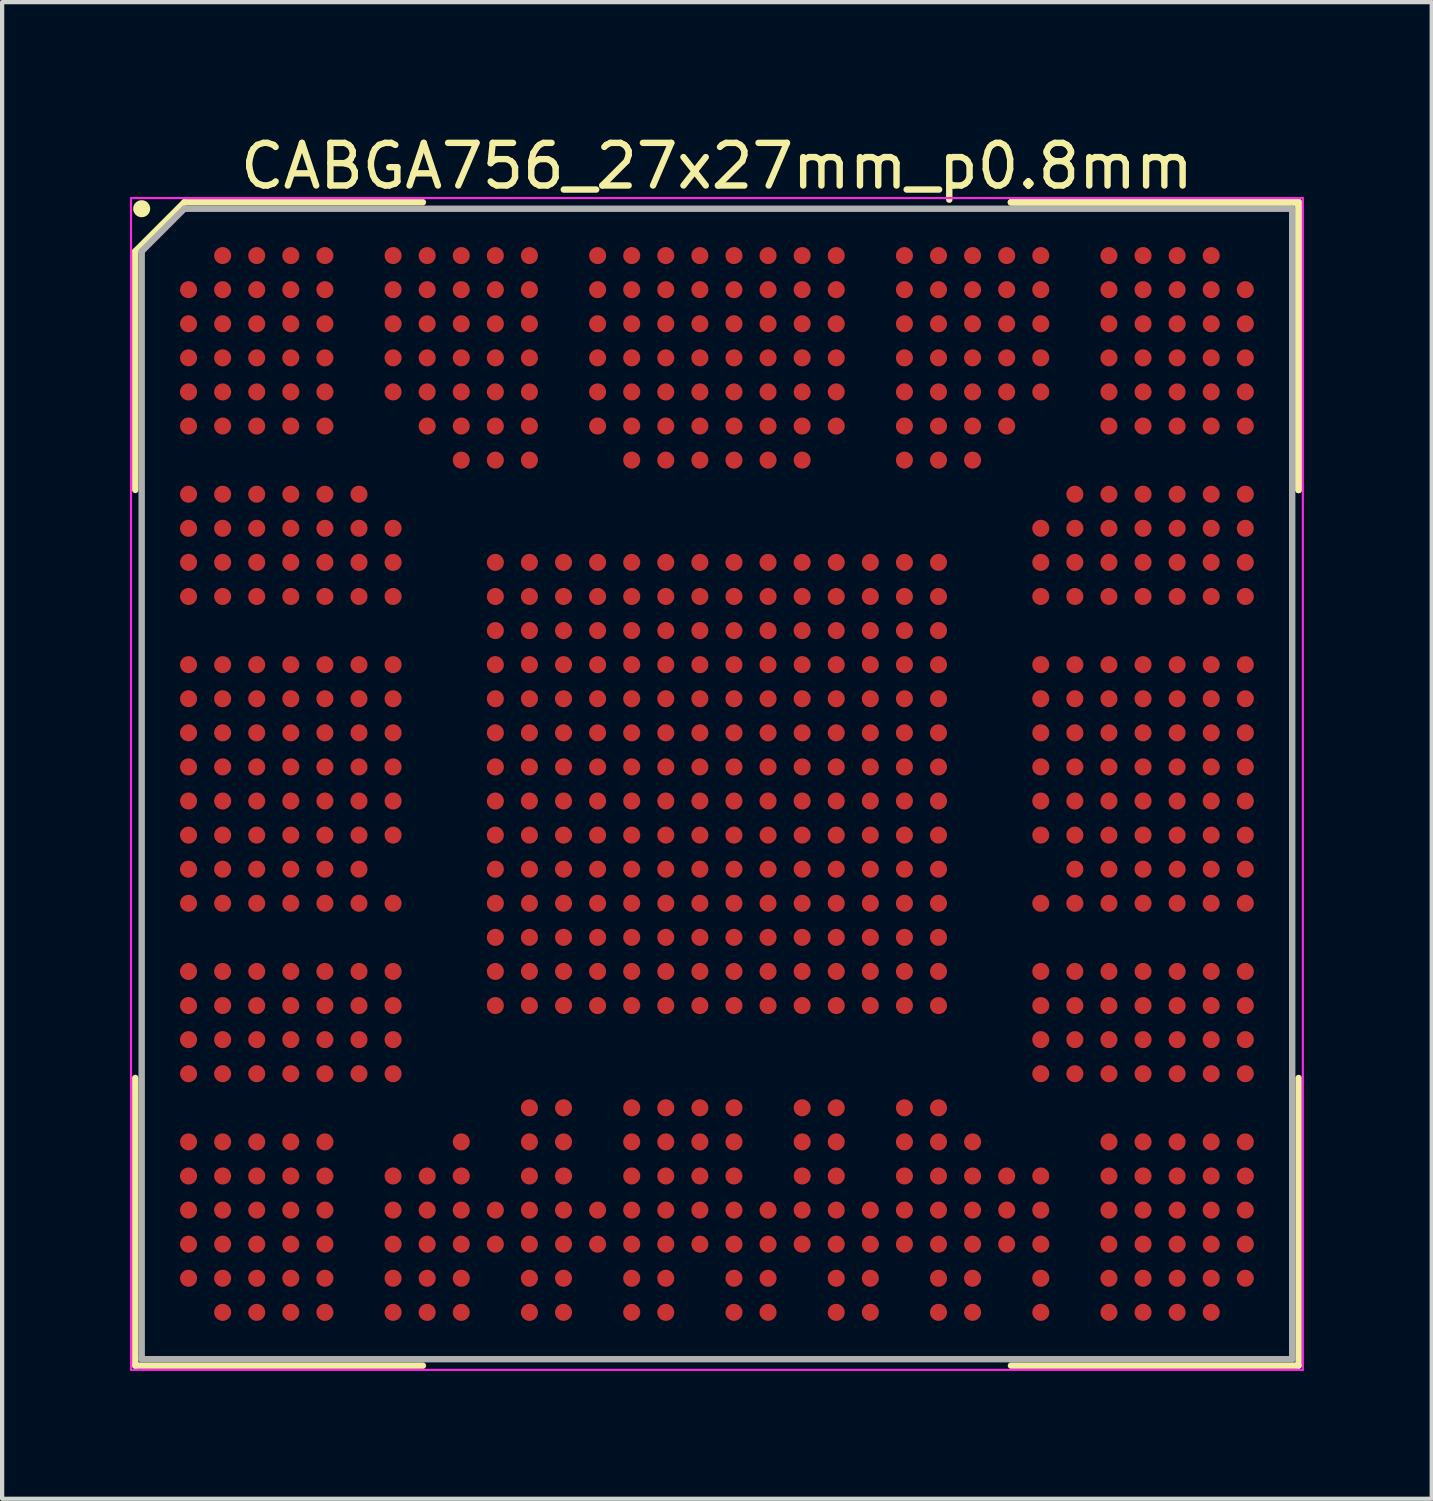
<source format=kicad_pcb>
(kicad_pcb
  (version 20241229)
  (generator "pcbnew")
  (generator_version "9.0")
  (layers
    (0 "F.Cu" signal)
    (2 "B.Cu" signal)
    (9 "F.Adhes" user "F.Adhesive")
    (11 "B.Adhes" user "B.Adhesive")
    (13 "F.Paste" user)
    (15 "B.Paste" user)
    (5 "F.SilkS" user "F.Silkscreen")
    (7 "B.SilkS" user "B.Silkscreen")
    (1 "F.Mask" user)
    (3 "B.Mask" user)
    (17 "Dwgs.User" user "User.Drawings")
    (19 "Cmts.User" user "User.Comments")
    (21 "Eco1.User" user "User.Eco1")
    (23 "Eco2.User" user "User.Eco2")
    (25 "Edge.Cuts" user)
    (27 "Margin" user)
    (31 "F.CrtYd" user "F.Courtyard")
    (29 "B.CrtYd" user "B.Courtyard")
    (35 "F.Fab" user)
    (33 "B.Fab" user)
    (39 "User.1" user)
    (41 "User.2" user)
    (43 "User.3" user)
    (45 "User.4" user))
  (footprint "CABGA756_27x27mm_p0.8mm"
    (layer "F.Cu")
    (at 13.775 15.348)
    (property "Reference" "CABGA756_27x27mm_p0.8mm" (at 0 -14.5 0) (layer "F.SilkS") (effects (font (size 1 1) (thickness 0.15))))
    (attr smd)
    (fp_line (start -13.65 -12.5) (end -13.65 -6.9) (stroke (width 0.15) (type solid)) (layer "F.SilkS"))
    (fp_line (start -13.65 13.65) (end -13.65 6.9) (stroke (width 0.15) (type solid)) (layer "F.SilkS"))
    (fp_line (start -12.5 -13.65) (end -13.65 -12.5) (stroke (width 0.15) (type solid)) (layer "F.SilkS"))
    (fp_line (start -6.9 -13.65) (end -12.5 -13.65) (stroke (width 0.15) (type solid)) (layer "F.SilkS"))
    (fp_line (start -6.9 13.65) (end -13.65 13.65) (stroke (width 0.15) (type solid)) (layer "F.SilkS"))
    (fp_line (start 6.9 -13.65) (end 13.65 -13.65) (stroke (width 0.15) (type solid)) (layer "F.SilkS"))
    (fp_line (start 6.9 -13.65) (end 13.65 -13.65) (stroke (width 0.15) (type solid)) (layer "F.SilkS"))
    (fp_line (start 6.9 -13.65) (end 13.65 -13.65) (stroke (width 0.15) (type solid)) (layer "F.SilkS"))
    (fp_line (start 6.9 13.65) (end 13.65 13.65) (stroke (width 0.15) (type solid)) (layer "F.SilkS"))
    (fp_line (start 13.65 -13.65) (end 13.65 -6.9) (stroke (width 0.15) (type solid)) (layer "F.SilkS"))
    (fp_line (start 13.65 -13.65) (end 13.65 -6.9) (stroke (width 0.15) (type solid)) (layer "F.SilkS"))
    (fp_line (start 13.65 -13.65) (end 13.65 -6.9) (stroke (width 0.15) (type solid)) (layer "F.SilkS"))
    (fp_line (start 13.65 13.65) (end 13.65 6.9) (stroke (width 0.15) (type solid)) (layer "F.SilkS"))
    (fp_circle (center -13.5 -13.5) (end -13.5 -13.4) (stroke (width 0.2) (type solid)) (fill no) (layer "F.SilkS"))
    (fp_line (start -13.75 -13.75) (end 13.75 -13.75) (stroke (width 0.05) (type solid)) (layer "F.CrtYd"))
    (fp_line (start -13.75 13.75) (end -13.75 -13.75) (stroke (width 0.05) (type solid)) (layer "F.CrtYd"))
    (fp_line (start 13.75 -13.75) (end 13.75 13.75) (stroke (width 0.05) (type solid)) (layer "F.CrtYd"))
    (fp_line (start 13.75 13.75) (end -13.75 13.75) (stroke (width 0.05) (type solid)) (layer "F.CrtYd"))
    (fp_line (start -13.5 -12.5) (end -13.5 13.5) (stroke (width 0.15) (type solid)) (layer "F.Fab"))
    (fp_line (start -13.5 13.5) (end 13.5 13.5) (stroke (width 0.15) (type solid)) (layer "F.Fab"))
    (fp_line (start -12.5 -13.5) (end -13.5 -12.5) (stroke (width 0.15) (type solid)) (layer "F.Fab"))
    (fp_line (start 13.5 -13.5) (end -12.5 -13.5) (stroke (width 0.15) (type solid)) (layer "F.Fab"))
    (fp_line (start 13.5 13.5) (end 13.5 -13.5) (stroke (width 0.15) (type solid)) (layer "F.Fab"))
    (pad "A2" smd circle (at -11.6 -12.4) (size 0.4 0.4) (layers "F.Cu" "F.Mask" "F.Paste"))
    (pad "A3" smd circle (at -10.8 -12.4) (size 0.4 0.4) (layers "F.Cu" "F.Mask" "F.Paste"))
    (pad "A4" smd circle (at -10 -12.4) (size 0.4 0.4) (layers "F.Cu" "F.Mask" "F.Paste"))
    (pad "A5" smd circle (at -9.2 -12.4) (size 0.4 0.4) (layers "F.Cu" "F.Mask" "F.Paste"))
    (pad "A7" smd circle (at -7.6 -12.4) (size 0.4 0.4) (layers "F.Cu" "F.Mask" "F.Paste"))
    (pad "A8" smd circle (at -6.8 -12.4) (size 0.4 0.4) (layers "F.Cu" "F.Mask" "F.Paste"))
    (pad "A9" smd circle (at -6 -12.4) (size 0.4 0.4) (layers "F.Cu" "F.Mask" "F.Paste"))
    (pad "A10" smd circle (at -5.2 -12.4) (size 0.4 0.4) (layers "F.Cu" "F.Mask" "F.Paste"))
    (pad "A11" smd circle (at -4.4 -12.4) (size 0.4 0.4) (layers "F.Cu" "F.Mask" "F.Paste"))
    (pad "A13" smd circle (at -2.8 -12.4) (size 0.4 0.4) (layers "F.Cu" "F.Mask" "F.Paste"))
    (pad "A14" smd circle (at -2 -12.4) (size 0.4 0.4) (layers "F.Cu" "F.Mask" "F.Paste"))
    (pad "A15" smd circle (at -1.2 -12.4) (size 0.4 0.4) (layers "F.Cu" "F.Mask" "F.Paste"))
    (pad "A16" smd circle (at -0.4 -12.4) (size 0.4 0.4) (layers "F.Cu" "F.Mask" "F.Paste"))
    (pad "A17" smd circle (at 0.4 -12.4) (size 0.4 0.4) (layers "F.Cu" "F.Mask" "F.Paste"))
    (pad "A18" smd circle (at 1.2 -12.4) (size 0.4 0.4) (layers "F.Cu" "F.Mask" "F.Paste"))
    (pad "A19" smd circle (at 2 -12.4) (size 0.4 0.4) (layers "F.Cu" "F.Mask" "F.Paste"))
    (pad "A20" smd circle (at 2.8 -12.4) (size 0.4 0.4) (layers "F.Cu" "F.Mask" "F.Paste"))
    (pad "A22" smd circle (at 4.4 -12.4) (size 0.4 0.4) (layers "F.Cu" "F.Mask" "F.Paste"))
    (pad "A23" smd circle (at 5.2 -12.4) (size 0.4 0.4) (layers "F.Cu" "F.Mask" "F.Paste"))
    (pad "A24" smd circle (at 6 -12.4) (size 0.4 0.4) (layers "F.Cu" "F.Mask" "F.Paste"))
    (pad "A25" smd circle (at 6.8 -12.4) (size 0.4 0.4) (layers "F.Cu" "F.Mask" "F.Paste"))
    (pad "A26" smd circle (at 7.6 -12.4) (size 0.4 0.4) (layers "F.Cu" "F.Mask" "F.Paste"))
    (pad "A28" smd circle (at 9.2 -12.4) (size 0.4 0.4) (layers "F.Cu" "F.Mask" "F.Paste"))
    (pad "A29" smd circle (at 10 -12.4) (size 0.4 0.4) (layers "F.Cu" "F.Mask" "F.Paste"))
    (pad "A30" smd circle (at 10.8 -12.4) (size 0.4 0.4) (layers "F.Cu" "F.Mask" "F.Paste"))
    (pad "A31" smd circle (at 11.6 -12.4) (size 0.4 0.4) (layers "F.Cu" "F.Mask" "F.Paste"))
    (pad "AA10" smd circle (at -5.2 3.6) (size 0.4 0.4) (layers "F.Cu" "F.Mask" "F.Paste"))
    (pad "AA11" smd circle (at -4.4 3.6) (size 0.4 0.4) (layers "F.Cu" "F.Mask" "F.Paste"))
    (pad "AA12" smd circle (at -3.6 3.6) (size 0.4 0.4) (layers "F.Cu" "F.Mask" "F.Paste"))
    (pad "AA13" smd circle (at -2.8 3.6) (size 0.4 0.4) (layers "F.Cu" "F.Mask" "F.Paste"))
    (pad "AA14" smd circle (at -2 3.6) (size 0.4 0.4) (layers "F.Cu" "F.Mask" "F.Paste"))
    (pad "AA15" smd circle (at -1.2 3.6) (size 0.4 0.4) (layers "F.Cu" "F.Mask" "F.Paste"))
    (pad "AA16" smd circle (at -0.4 3.6) (size 0.4 0.4) (layers "F.Cu" "F.Mask" "F.Paste"))
    (pad "AA17" smd circle (at 0.4 3.6) (size 0.4 0.4) (layers "F.Cu" "F.Mask" "F.Paste"))
    (pad "AA18" smd circle (at 1.2 3.6) (size 0.4 0.4) (layers "F.Cu" "F.Mask" "F.Paste"))
    (pad "AA19" smd circle (at 2 3.6) (size 0.4 0.4) (layers "F.Cu" "F.Mask" "F.Paste"))
    (pad "AA20" smd circle (at 2.8 3.6) (size 0.4 0.4) (layers "F.Cu" "F.Mask" "F.Paste"))
    (pad "AA21" smd circle (at 3.6 3.6) (size 0.4 0.4) (layers "F.Cu" "F.Mask" "F.Paste"))
    (pad "AA22" smd circle (at 4.4 3.6) (size 0.4 0.4) (layers "F.Cu" "F.Mask" "F.Paste"))
    (pad "AA23" smd circle (at 5.2 3.6) (size 0.4 0.4) (layers "F.Cu" "F.Mask" "F.Paste"))
    (pad "AB1" smd circle (at -12.4 4.4) (size 0.4 0.4) (layers "F.Cu" "F.Mask" "F.Paste"))
    (pad "AB2" smd circle (at -11.6 4.4) (size 0.4 0.4) (layers "F.Cu" "F.Mask" "F.Paste"))
    (pad "AB3" smd circle (at -10.8 4.4) (size 0.4 0.4) (layers "F.Cu" "F.Mask" "F.Paste"))
    (pad "AB4" smd circle (at -10 4.4) (size 0.4 0.4) (layers "F.Cu" "F.Mask" "F.Paste"))
    (pad "AB5" smd circle (at -9.2 4.4) (size 0.4 0.4) (layers "F.Cu" "F.Mask" "F.Paste"))
    (pad "AB6" smd circle (at -8.4 4.4) (size 0.4 0.4) (layers "F.Cu" "F.Mask" "F.Paste"))
    (pad "AB7" smd circle (at -7.6 4.4) (size 0.4 0.4) (layers "F.Cu" "F.Mask" "F.Paste"))
    (pad "AB10" smd circle (at -5.2 4.4) (size 0.4 0.4) (layers "F.Cu" "F.Mask" "F.Paste"))
    (pad "AB11" smd circle (at -4.4 4.4) (size 0.4 0.4) (layers "F.Cu" "F.Mask" "F.Paste"))
    (pad "AB12" smd circle (at -3.6 4.4) (size 0.4 0.4) (layers "F.Cu" "F.Mask" "F.Paste"))
    (pad "AB13" smd circle (at -2.8 4.4) (size 0.4 0.4) (layers "F.Cu" "F.Mask" "F.Paste"))
    (pad "AB14" smd circle (at -2 4.4) (size 0.4 0.4) (layers "F.Cu" "F.Mask" "F.Paste"))
    (pad "AB15" smd circle (at -1.2 4.4) (size 0.4 0.4) (layers "F.Cu" "F.Mask" "F.Paste"))
    (pad "AB16" smd circle (at -0.4 4.4) (size 0.4 0.4) (layers "F.Cu" "F.Mask" "F.Paste"))
    (pad "AB17" smd circle (at 0.4 4.4) (size 0.4 0.4) (layers "F.Cu" "F.Mask" "F.Paste"))
    (pad "AB18" smd circle (at 1.2 4.4) (size 0.4 0.4) (layers "F.Cu" "F.Mask" "F.Paste"))
    (pad "AB19" smd circle (at 2 4.4) (size 0.4 0.4) (layers "F.Cu" "F.Mask" "F.Paste"))
    (pad "AB20" smd circle (at 2.8 4.4) (size 0.4 0.4) (layers "F.Cu" "F.Mask" "F.Paste"))
    (pad "AB21" smd circle (at 3.6 4.4) (size 0.4 0.4) (layers "F.Cu" "F.Mask" "F.Paste"))
    (pad "AB22" smd circle (at 4.4 4.4) (size 0.4 0.4) (layers "F.Cu" "F.Mask" "F.Paste"))
    (pad "AB23" smd circle (at 5.2 4.4) (size 0.4 0.4) (layers "F.Cu" "F.Mask" "F.Paste"))
    (pad "AB26" smd circle (at 7.6 4.4) (size 0.4 0.4) (layers "F.Cu" "F.Mask" "F.Paste"))
    (pad "AB27" smd circle (at 8.4 4.4) (size 0.4 0.4) (layers "F.Cu" "F.Mask" "F.Paste"))
    (pad "AB28" smd circle (at 9.2 4.4) (size 0.4 0.4) (layers "F.Cu" "F.Mask" "F.Paste"))
    (pad "AB29" smd circle (at 10 4.4) (size 0.4 0.4) (layers "F.Cu" "F.Mask" "F.Paste"))
    (pad "AB30" smd circle (at 10.8 4.4) (size 0.4 0.4) (layers "F.Cu" "F.Mask" "F.Paste"))
    (pad "AB31" smd circle (at 11.6 4.4) (size 0.4 0.4) (layers "F.Cu" "F.Mask" "F.Paste"))
    (pad "AB32" smd circle (at 12.4 4.4) (size 0.4 0.4) (layers "F.Cu" "F.Mask" "F.Paste"))
    (pad "AC1" smd circle (at -12.4 5.2) (size 0.4 0.4) (layers "F.Cu" "F.Mask" "F.Paste"))
    (pad "AC2" smd circle (at -11.6 5.2) (size 0.4 0.4) (layers "F.Cu" "F.Mask" "F.Paste"))
    (pad "AC3" smd circle (at -10.8 5.2) (size 0.4 0.4) (layers "F.Cu" "F.Mask" "F.Paste"))
    (pad "AC4" smd circle (at -10 5.2) (size 0.4 0.4) (layers "F.Cu" "F.Mask" "F.Paste"))
    (pad "AC5" smd circle (at -9.2 5.2) (size 0.4 0.4) (layers "F.Cu" "F.Mask" "F.Paste"))
    (pad "AC6" smd circle (at -8.4 5.2) (size 0.4 0.4) (layers "F.Cu" "F.Mask" "F.Paste"))
    (pad "AC7" smd circle (at -7.6 5.2) (size 0.4 0.4) (layers "F.Cu" "F.Mask" "F.Paste"))
    (pad "AC10" smd circle (at -5.2 5.2) (size 0.4 0.4) (layers "F.Cu" "F.Mask" "F.Paste"))
    (pad "AC11" smd circle (at -4.4 5.2) (size 0.4 0.4) (layers "F.Cu" "F.Mask" "F.Paste"))
    (pad "AC12" smd circle (at -3.6 5.2) (size 0.4 0.4) (layers "F.Cu" "F.Mask" "F.Paste"))
    (pad "AC13" smd circle (at -2.8 5.2) (size 0.4 0.4) (layers "F.Cu" "F.Mask" "F.Paste"))
    (pad "AC14" smd circle (at -2 5.2) (size 0.4 0.4) (layers "F.Cu" "F.Mask" "F.Paste"))
    (pad "AC15" smd circle (at -1.2 5.2) (size 0.4 0.4) (layers "F.Cu" "F.Mask" "F.Paste"))
    (pad "AC16" smd circle (at -0.4 5.2) (size 0.4 0.4) (layers "F.Cu" "F.Mask" "F.Paste"))
    (pad "AC17" smd circle (at 0.4 5.2) (size 0.4 0.4) (layers "F.Cu" "F.Mask" "F.Paste"))
    (pad "AC18" smd circle (at 1.2 5.2) (size 0.4 0.4) (layers "F.Cu" "F.Mask" "F.Paste"))
    (pad "AC19" smd circle (at 2 5.2) (size 0.4 0.4) (layers "F.Cu" "F.Mask" "F.Paste"))
    (pad "AC20" smd circle (at 2.8 5.2) (size 0.4 0.4) (layers "F.Cu" "F.Mask" "F.Paste"))
    (pad "AC21" smd circle (at 3.6 5.2) (size 0.4 0.4) (layers "F.Cu" "F.Mask" "F.Paste"))
    (pad "AC22" smd circle (at 4.4 5.2) (size 0.4 0.4) (layers "F.Cu" "F.Mask" "F.Paste"))
    (pad "AC23" smd circle (at 5.2 5.2) (size 0.4 0.4) (layers "F.Cu" "F.Mask" "F.Paste"))
    (pad "AC26" smd circle (at 7.6 5.2) (size 0.4 0.4) (layers "F.Cu" "F.Mask" "F.Paste"))
    (pad "AC27" smd circle (at 8.4 5.2) (size 0.4 0.4) (layers "F.Cu" "F.Mask" "F.Paste"))
    (pad "AC28" smd circle (at 9.2 5.2) (size 0.4 0.4) (layers "F.Cu" "F.Mask" "F.Paste"))
    (pad "AC29" smd circle (at 10 5.2) (size 0.4 0.4) (layers "F.Cu" "F.Mask" "F.Paste"))
    (pad "AC30" smd circle (at 10.8 5.2) (size 0.4 0.4) (layers "F.Cu" "F.Mask" "F.Paste"))
    (pad "AC31" smd circle (at 11.6 5.2) (size 0.4 0.4) (layers "F.Cu" "F.Mask" "F.Paste"))
    (pad "AC32" smd circle (at 12.4 5.2) (size 0.4 0.4) (layers "F.Cu" "F.Mask" "F.Paste"))
    (pad "AD1" smd circle (at -12.4 6) (size 0.4 0.4) (layers "F.Cu" "F.Mask" "F.Paste"))
    (pad "AD2" smd circle (at -11.6 6) (size 0.4 0.4) (layers "F.Cu" "F.Mask" "F.Paste"))
    (pad "AD3" smd circle (at -10.8 6) (size 0.4 0.4) (layers "F.Cu" "F.Mask" "F.Paste"))
    (pad "AD4" smd circle (at -10 6) (size 0.4 0.4) (layers "F.Cu" "F.Mask" "F.Paste"))
    (pad "AD5" smd circle (at -9.2 6) (size 0.4 0.4) (layers "F.Cu" "F.Mask" "F.Paste"))
    (pad "AD6" smd circle (at -8.4 6) (size 0.4 0.4) (layers "F.Cu" "F.Mask" "F.Paste"))
    (pad "AD7" smd circle (at -7.6 6) (size 0.4 0.4) (layers "F.Cu" "F.Mask" "F.Paste"))
    (pad "AD26" smd circle (at 7.6 6) (size 0.4 0.4) (layers "F.Cu" "F.Mask" "F.Paste"))
    (pad "AD27" smd circle (at 8.4 6) (size 0.4 0.4) (layers "F.Cu" "F.Mask" "F.Paste"))
    (pad "AD28" smd circle (at 9.2 6) (size 0.4 0.4) (layers "F.Cu" "F.Mask" "F.Paste"))
    (pad "AD29" smd circle (at 10 6) (size 0.4 0.4) (layers "F.Cu" "F.Mask" "F.Paste"))
    (pad "AD30" smd circle (at 10.8 6) (size 0.4 0.4) (layers "F.Cu" "F.Mask" "F.Paste"))
    (pad "AD31" smd circle (at 11.6 6) (size 0.4 0.4) (layers "F.Cu" "F.Mask" "F.Paste"))
    (pad "AD32" smd circle (at 12.4 6) (size 0.4 0.4) (layers "F.Cu" "F.Mask" "F.Paste"))
    (pad "AE1" smd circle (at -12.4 6.8) (size 0.4 0.4) (layers "F.Cu" "F.Mask" "F.Paste"))
    (pad "AE2" smd circle (at -11.6 6.8) (size 0.4 0.4) (layers "F.Cu" "F.Mask" "F.Paste"))
    (pad "AE3" smd circle (at -10.8 6.8) (size 0.4 0.4) (layers "F.Cu" "F.Mask" "F.Paste"))
    (pad "AE4" smd circle (at -10 6.8) (size 0.4 0.4) (layers "F.Cu" "F.Mask" "F.Paste"))
    (pad "AE5" smd circle (at -9.2 6.8) (size 0.4 0.4) (layers "F.Cu" "F.Mask" "F.Paste"))
    (pad "AE6" smd circle (at -8.4 6.8) (size 0.4 0.4) (layers "F.Cu" "F.Mask" "F.Paste"))
    (pad "AE7" smd circle (at -7.6 6.8) (size 0.4 0.4) (layers "F.Cu" "F.Mask" "F.Paste"))
    (pad "AE26" smd circle (at 7.6 6.8) (size 0.4 0.4) (layers "F.Cu" "F.Mask" "F.Paste"))
    (pad "AE27" smd circle (at 8.4 6.8) (size 0.4 0.4) (layers "F.Cu" "F.Mask" "F.Paste"))
    (pad "AE28" smd circle (at 9.2 6.8) (size 0.4 0.4) (layers "F.Cu" "F.Mask" "F.Paste"))
    (pad "AE29" smd circle (at 10 6.8) (size 0.4 0.4) (layers "F.Cu" "F.Mask" "F.Paste"))
    (pad "AE30" smd circle (at 10.8 6.8) (size 0.4 0.4) (layers "F.Cu" "F.Mask" "F.Paste"))
    (pad "AE31" smd circle (at 11.6 6.8) (size 0.4 0.4) (layers "F.Cu" "F.Mask" "F.Paste"))
    (pad "AE32" smd circle (at 12.4 6.8) (size 0.4 0.4) (layers "F.Cu" "F.Mask" "F.Paste"))
    (pad "AF11" smd circle (at -4.4 7.6) (size 0.4 0.4) (layers "F.Cu" "F.Mask" "F.Paste"))
    (pad "AF12" smd circle (at -3.6 7.6) (size 0.4 0.4) (layers "F.Cu" "F.Mask" "F.Paste"))
    (pad "AF14" smd circle (at -2 7.6) (size 0.4 0.4) (layers "F.Cu" "F.Mask" "F.Paste"))
    (pad "AF15" smd circle (at -1.2 7.6) (size 0.4 0.4) (layers "F.Cu" "F.Mask" "F.Paste"))
    (pad "AF16" smd circle (at -0.4 7.6) (size 0.4 0.4) (layers "F.Cu" "F.Mask" "F.Paste"))
    (pad "AF17" smd circle (at 0.4 7.6) (size 0.4 0.4) (layers "F.Cu" "F.Mask" "F.Paste"))
    (pad "AF19" smd circle (at 2 7.6) (size 0.4 0.4) (layers "F.Cu" "F.Mask" "F.Paste"))
    (pad "AF20" smd circle (at 2.8 7.6) (size 0.4 0.4) (layers "F.Cu" "F.Mask" "F.Paste"))
    (pad "AF22" smd circle (at 4.4 7.6) (size 0.4 0.4) (layers "F.Cu" "F.Mask" "F.Paste"))
    (pad "AF23" smd circle (at 5.2 7.6) (size 0.4 0.4) (layers "F.Cu" "F.Mask" "F.Paste"))
    (pad "AG1" smd circle (at -12.4 8.4) (size 0.4 0.4) (layers "F.Cu" "F.Mask" "F.Paste"))
    (pad "AG2" smd circle (at -11.6 8.4) (size 0.4 0.4) (layers "F.Cu" "F.Mask" "F.Paste"))
    (pad "AG3" smd circle (at -10.8 8.4) (size 0.4 0.4) (layers "F.Cu" "F.Mask" "F.Paste"))
    (pad "AG4" smd circle (at -10 8.4) (size 0.4 0.4) (layers "F.Cu" "F.Mask" "F.Paste"))
    (pad "AG5" smd circle (at -9.2 8.4) (size 0.4 0.4) (layers "F.Cu" "F.Mask" "F.Paste"))
    (pad "AG9" smd circle (at -6 8.4) (size 0.4 0.4) (layers "F.Cu" "F.Mask" "F.Paste"))
    (pad "AG11" smd circle (at -4.4 8.4) (size 0.4 0.4) (layers "F.Cu" "F.Mask" "F.Paste"))
    (pad "AG12" smd circle (at -3.6 8.4) (size 0.4 0.4) (layers "F.Cu" "F.Mask" "F.Paste"))
    (pad "AG14" smd circle (at -2 8.4) (size 0.4 0.4) (layers "F.Cu" "F.Mask" "F.Paste"))
    (pad "AG15" smd circle (at -1.2 8.4) (size 0.4 0.4) (layers "F.Cu" "F.Mask" "F.Paste"))
    (pad "AG16" smd circle (at -0.4 8.4) (size 0.4 0.4) (layers "F.Cu" "F.Mask" "F.Paste"))
    (pad "AG17" smd circle (at 0.4 8.4) (size 0.4 0.4) (layers "F.Cu" "F.Mask" "F.Paste"))
    (pad "AG19" smd circle (at 2 8.4) (size 0.4 0.4) (layers "F.Cu" "F.Mask" "F.Paste"))
    (pad "AG20" smd circle (at 2.8 8.4) (size 0.4 0.4) (layers "F.Cu" "F.Mask" "F.Paste"))
    (pad "AG22" smd circle (at 4.4 8.4) (size 0.4 0.4) (layers "F.Cu" "F.Mask" "F.Paste"))
    (pad "AG23" smd circle (at 5.2 8.4) (size 0.4 0.4) (layers "F.Cu" "F.Mask" "F.Paste"))
    (pad "AG24" smd circle (at 6 8.4) (size 0.4 0.4) (layers "F.Cu" "F.Mask" "F.Paste"))
    (pad "AG28" smd circle (at 9.2 8.4) (size 0.4 0.4) (layers "F.Cu" "F.Mask" "F.Paste"))
    (pad "AG29" smd circle (at 10 8.4) (size 0.4 0.4) (layers "F.Cu" "F.Mask" "F.Paste"))
    (pad "AG30" smd circle (at 10.8 8.4) (size 0.4 0.4) (layers "F.Cu" "F.Mask" "F.Paste"))
    (pad "AG31" smd circle (at 11.6 8.4) (size 0.4 0.4) (layers "F.Cu" "F.Mask" "F.Paste"))
    (pad "AG32" smd circle (at 12.4 8.4) (size 0.4 0.4) (layers "F.Cu" "F.Mask" "F.Paste"))
    (pad "AH1" smd circle (at -12.4 9.2) (size 0.4 0.4) (layers "F.Cu" "F.Mask" "F.Paste"))
    (pad "AH2" smd circle (at -11.6 9.2) (size 0.4 0.4) (layers "F.Cu" "F.Mask" "F.Paste"))
    (pad "AH3" smd circle (at -10.8 9.2) (size 0.4 0.4) (layers "F.Cu" "F.Mask" "F.Paste"))
    (pad "AH4" smd circle (at -10 9.2) (size 0.4 0.4) (layers "F.Cu" "F.Mask" "F.Paste"))
    (pad "AH5" smd circle (at -9.2 9.2) (size 0.4 0.4) (layers "F.Cu" "F.Mask" "F.Paste"))
    (pad "AH7" smd circle (at -7.6 9.2) (size 0.4 0.4) (layers "F.Cu" "F.Mask" "F.Paste"))
    (pad "AH8" smd circle (at -6.8 9.2) (size 0.4 0.4) (layers "F.Cu" "F.Mask" "F.Paste"))
    (pad "AH9" smd circle (at -6 9.2) (size 0.4 0.4) (layers "F.Cu" "F.Mask" "F.Paste"))
    (pad "AH11" smd circle (at -4.4 9.2) (size 0.4 0.4) (layers "F.Cu" "F.Mask" "F.Paste"))
    (pad "AH12" smd circle (at -3.6 9.2) (size 0.4 0.4) (layers "F.Cu" "F.Mask" "F.Paste"))
    (pad "AH14" smd circle (at -2 9.2) (size 0.4 0.4) (layers "F.Cu" "F.Mask" "F.Paste"))
    (pad "AH15" smd circle (at -1.2 9.2) (size 0.4 0.4) (layers "F.Cu" "F.Mask" "F.Paste"))
    (pad "AH16" smd circle (at -0.4 9.2) (size 0.4 0.4) (layers "F.Cu" "F.Mask" "F.Paste"))
    (pad "AH17" smd circle (at 0.4 9.2) (size 0.4 0.4) (layers "F.Cu" "F.Mask" "F.Paste"))
    (pad "AH19" smd circle (at 2 9.2) (size 0.4 0.4) (layers "F.Cu" "F.Mask" "F.Paste"))
    (pad "AH20" smd circle (at 2.8 9.2) (size 0.4 0.4) (layers "F.Cu" "F.Mask" "F.Paste"))
    (pad "AH22" smd circle (at 4.4 9.2) (size 0.4 0.4) (layers "F.Cu" "F.Mask" "F.Paste"))
    (pad "AH23" smd circle (at 5.2 9.2) (size 0.4 0.4) (layers "F.Cu" "F.Mask" "F.Paste"))
    (pad "AH24" smd circle (at 6 9.2) (size 0.4 0.4) (layers "F.Cu" "F.Mask" "F.Paste"))
    (pad "AH25" smd circle (at 6.8 9.2) (size 0.4 0.4) (layers "F.Cu" "F.Mask" "F.Paste"))
    (pad "AH26" smd circle (at 7.6 9.2) (size 0.4 0.4) (layers "F.Cu" "F.Mask" "F.Paste"))
    (pad "AH28" smd circle (at 9.2 9.2) (size 0.4 0.4) (layers "F.Cu" "F.Mask" "F.Paste"))
    (pad "AH29" smd circle (at 10 9.2) (size 0.4 0.4) (layers "F.Cu" "F.Mask" "F.Paste"))
    (pad "AH30" smd circle (at 10.8 9.2) (size 0.4 0.4) (layers "F.Cu" "F.Mask" "F.Paste"))
    (pad "AH31" smd circle (at 11.6 9.2) (size 0.4 0.4) (layers "F.Cu" "F.Mask" "F.Paste"))
    (pad "AH32" smd circle (at 12.4 9.2) (size 0.4 0.4) (layers "F.Cu" "F.Mask" "F.Paste"))
    (pad "AJ1" smd circle (at -12.4 10) (size 0.4 0.4) (layers "F.Cu" "F.Mask" "F.Paste"))
    (pad "AJ2" smd circle (at -11.6 10) (size 0.4 0.4) (layers "F.Cu" "F.Mask" "F.Paste"))
    (pad "AJ3" smd circle (at -10.8 10) (size 0.4 0.4) (layers "F.Cu" "F.Mask" "F.Paste"))
    (pad "AJ4" smd circle (at -10 10) (size 0.4 0.4) (layers "F.Cu" "F.Mask" "F.Paste"))
    (pad "AJ5" smd circle (at -9.2 10) (size 0.4 0.4) (layers "F.Cu" "F.Mask" "F.Paste"))
    (pad "AJ7" smd circle (at -7.6 10) (size 0.4 0.4) (layers "F.Cu" "F.Mask" "F.Paste"))
    (pad "AJ8" smd circle (at -6.8 10) (size 0.4 0.4) (layers "F.Cu" "F.Mask" "F.Paste"))
    (pad "AJ9" smd circle (at -6 10) (size 0.4 0.4) (layers "F.Cu" "F.Mask" "F.Paste"))
    (pad "AJ10" smd circle (at -5.2 10) (size 0.4 0.4) (layers "F.Cu" "F.Mask" "F.Paste"))
    (pad "AJ11" smd circle (at -4.4 10) (size 0.4 0.4) (layers "F.Cu" "F.Mask" "F.Paste"))
    (pad "AJ12" smd circle (at -3.6 10) (size 0.4 0.4) (layers "F.Cu" "F.Mask" "F.Paste"))
    (pad "AJ13" smd circle (at -2.8 10) (size 0.4 0.4) (layers "F.Cu" "F.Mask" "F.Paste"))
    (pad "AJ14" smd circle (at -2 10) (size 0.4 0.4) (layers "F.Cu" "F.Mask" "F.Paste"))
    (pad "AJ15" smd circle (at -1.2 10) (size 0.4 0.4) (layers "F.Cu" "F.Mask" "F.Paste"))
    (pad "AJ16" smd circle (at -0.4 10) (size 0.4 0.4) (layers "F.Cu" "F.Mask" "F.Paste"))
    (pad "AJ17" smd circle (at 0.4 10) (size 0.4 0.4) (layers "F.Cu" "F.Mask" "F.Paste"))
    (pad "AJ18" smd circle (at 1.2 10) (size 0.4 0.4) (layers "F.Cu" "F.Mask" "F.Paste"))
    (pad "AJ19" smd circle (at 2 10) (size 0.4 0.4) (layers "F.Cu" "F.Mask" "F.Paste"))
    (pad "AJ20" smd circle (at 2.8 10) (size 0.4 0.4) (layers "F.Cu" "F.Mask" "F.Paste"))
    (pad "AJ21" smd circle (at 3.6 10) (size 0.4 0.4) (layers "F.Cu" "F.Mask" "F.Paste"))
    (pad "AJ22" smd circle (at 4.4 10) (size 0.4 0.4) (layers "F.Cu" "F.Mask" "F.Paste"))
    (pad "AJ23" smd circle (at 5.2 10) (size 0.4 0.4) (layers "F.Cu" "F.Mask" "F.Paste"))
    (pad "AJ24" smd circle (at 6 10) (size 0.4 0.4) (layers "F.Cu" "F.Mask" "F.Paste"))
    (pad "AJ25" smd circle (at 6.8 10) (size 0.4 0.4) (layers "F.Cu" "F.Mask" "F.Paste"))
    (pad "AJ26" smd circle (at 7.6 10) (size 0.4 0.4) (layers "F.Cu" "F.Mask" "F.Paste"))
    (pad "AJ28" smd circle (at 9.2 10) (size 0.4 0.4) (layers "F.Cu" "F.Mask" "F.Paste"))
    (pad "AJ29" smd circle (at 10 10) (size 0.4 0.4) (layers "F.Cu" "F.Mask" "F.Paste"))
    (pad "AJ30" smd circle (at 10.8 10) (size 0.4 0.4) (layers "F.Cu" "F.Mask" "F.Paste"))
    (pad "AJ31" smd circle (at 11.6 10) (size 0.4 0.4) (layers "F.Cu" "F.Mask" "F.Paste"))
    (pad "AJ32" smd circle (at 12.4 10) (size 0.4 0.4) (layers "F.Cu" "F.Mask" "F.Paste"))
    (pad "AK1" smd circle (at -12.4 10.8) (size 0.4 0.4) (layers "F.Cu" "F.Mask" "F.Paste"))
    (pad "AK2" smd circle (at -11.6 10.8) (size 0.4 0.4) (layers "F.Cu" "F.Mask" "F.Paste"))
    (pad "AK3" smd circle (at -10.8 10.8) (size 0.4 0.4) (layers "F.Cu" "F.Mask" "F.Paste"))
    (pad "AK4" smd circle (at -10 10.8) (size 0.4 0.4) (layers "F.Cu" "F.Mask" "F.Paste"))
    (pad "AK5" smd circle (at -9.2 10.8) (size 0.4 0.4) (layers "F.Cu" "F.Mask" "F.Paste"))
    (pad "AK7" smd circle (at -7.6 10.8) (size 0.4 0.4) (layers "F.Cu" "F.Mask" "F.Paste"))
    (pad "AK8" smd circle (at -6.8 10.8) (size 0.4 0.4) (layers "F.Cu" "F.Mask" "F.Paste"))
    (pad "AK9" smd circle (at -6 10.8) (size 0.4 0.4) (layers "F.Cu" "F.Mask" "F.Paste"))
    (pad "AK10" smd circle (at -5.2 10.8) (size 0.4 0.4) (layers "F.Cu" "F.Mask" "F.Paste"))
    (pad "AK11" smd circle (at -4.4 10.8) (size 0.4 0.4) (layers "F.Cu" "F.Mask" "F.Paste"))
    (pad "AK12" smd circle (at -3.6 10.8) (size 0.4 0.4) (layers "F.Cu" "F.Mask" "F.Paste"))
    (pad "AK13" smd circle (at -2.8 10.8) (size 0.4 0.4) (layers "F.Cu" "F.Mask" "F.Paste"))
    (pad "AK14" smd circle (at -2 10.8) (size 0.4 0.4) (layers "F.Cu" "F.Mask" "F.Paste"))
    (pad "AK15" smd circle (at -1.2 10.8) (size 0.4 0.4) (layers "F.Cu" "F.Mask" "F.Paste"))
    (pad "AK16" smd circle (at -0.4 10.8) (size 0.4 0.4) (layers "F.Cu" "F.Mask" "F.Paste"))
    (pad "AK17" smd circle (at 0.4 10.8) (size 0.4 0.4) (layers "F.Cu" "F.Mask" "F.Paste"))
    (pad "AK18" smd circle (at 1.2 10.8) (size 0.4 0.4) (layers "F.Cu" "F.Mask" "F.Paste"))
    (pad "AK19" smd circle (at 2 10.8) (size 0.4 0.4) (layers "F.Cu" "F.Mask" "F.Paste"))
    (pad "AK20" smd circle (at 2.8 10.8) (size 0.4 0.4) (layers "F.Cu" "F.Mask" "F.Paste"))
    (pad "AK21" smd circle (at 3.6 10.8) (size 0.4 0.4) (layers "F.Cu" "F.Mask" "F.Paste"))
    (pad "AK22" smd circle (at 4.4 10.8) (size 0.4 0.4) (layers "F.Cu" "F.Mask" "F.Paste"))
    (pad "AK23" smd circle (at 5.2 10.8) (size 0.4 0.4) (layers "F.Cu" "F.Mask" "F.Paste"))
    (pad "AK24" smd circle (at 6 10.8) (size 0.4 0.4) (layers "F.Cu" "F.Mask" "F.Paste"))
    (pad "AK25" smd circle (at 6.8 10.8) (size 0.4 0.4) (layers "F.Cu" "F.Mask" "F.Paste"))
    (pad "AK26" smd circle (at 7.6 10.8) (size 0.4 0.4) (layers "F.Cu" "F.Mask" "F.Paste"))
    (pad "AK28" smd circle (at 9.2 10.8) (size 0.4 0.4) (layers "F.Cu" "F.Mask" "F.Paste"))
    (pad "AK29" smd circle (at 10 10.8) (size 0.4 0.4) (layers "F.Cu" "F.Mask" "F.Paste"))
    (pad "AK30" smd circle (at 10.8 10.8) (size 0.4 0.4) (layers "F.Cu" "F.Mask" "F.Paste"))
    (pad "AK31" smd circle (at 11.6 10.8) (size 0.4 0.4) (layers "F.Cu" "F.Mask" "F.Paste"))
    (pad "AK32" smd circle (at 12.4 10.8) (size 0.4 0.4) (layers "F.Cu" "F.Mask" "F.Paste"))
    (pad "AL1" smd circle (at -12.4 11.6) (size 0.4 0.4) (layers "F.Cu" "F.Mask" "F.Paste"))
    (pad "AL2" smd circle (at -11.6 11.6) (size 0.4 0.4) (layers "F.Cu" "F.Mask" "F.Paste"))
    (pad "AL3" smd circle (at -10.8 11.6) (size 0.4 0.4) (layers "F.Cu" "F.Mask" "F.Paste"))
    (pad "AL4" smd circle (at -10 11.6) (size 0.4 0.4) (layers "F.Cu" "F.Mask" "F.Paste"))
    (pad "AL5" smd circle (at -9.2 11.6) (size 0.4 0.4) (layers "F.Cu" "F.Mask" "F.Paste"))
    (pad "AL7" smd circle (at -7.6 11.6) (size 0.4 0.4) (layers "F.Cu" "F.Mask" "F.Paste"))
    (pad "AL8" smd circle (at -6.8 11.6) (size 0.4 0.4) (layers "F.Cu" "F.Mask" "F.Paste"))
    (pad "AL9" smd circle (at -6 11.6) (size 0.4 0.4) (layers "F.Cu" "F.Mask" "F.Paste"))
    (pad "AL11" smd circle (at -4.4 11.6) (size 0.4 0.4) (layers "F.Cu" "F.Mask" "F.Paste"))
    (pad "AL12" smd circle (at -3.6 11.6) (size 0.4 0.4) (layers "F.Cu" "F.Mask" "F.Paste"))
    (pad "AL14" smd circle (at -2 11.6) (size 0.4 0.4) (layers "F.Cu" "F.Mask" "F.Paste"))
    (pad "AL15" smd circle (at -1.2 11.6) (size 0.4 0.4) (layers "F.Cu" "F.Mask" "F.Paste"))
    (pad "AL17" smd circle (at 0.4 11.6) (size 0.4 0.4) (layers "F.Cu" "F.Mask" "F.Paste"))
    (pad "AL18" smd circle (at 1.2 11.6) (size 0.4 0.4) (layers "F.Cu" "F.Mask" "F.Paste"))
    (pad "AL20" smd circle (at 2.8 11.6) (size 0.4 0.4) (layers "F.Cu" "F.Mask" "F.Paste"))
    (pad "AL21" smd circle (at 3.6 11.6) (size 0.4 0.4) (layers "F.Cu" "F.Mask" "F.Paste"))
    (pad "AL23" smd circle (at 5.2 11.6) (size 0.4 0.4) (layers "F.Cu" "F.Mask" "F.Paste"))
    (pad "AL24" smd circle (at 6 11.6) (size 0.4 0.4) (layers "F.Cu" "F.Mask" "F.Paste"))
    (pad "AL26" smd circle (at 7.6 11.6) (size 0.4 0.4) (layers "F.Cu" "F.Mask" "F.Paste"))
    (pad "AL28" smd circle (at 9.2 11.6) (size 0.4 0.4) (layers "F.Cu" "F.Mask" "F.Paste"))
    (pad "AL29" smd circle (at 10 11.6) (size 0.4 0.4) (layers "F.Cu" "F.Mask" "F.Paste"))
    (pad "AL30" smd circle (at 10.8 11.6) (size 0.4 0.4) (layers "F.Cu" "F.Mask" "F.Paste"))
    (pad "AL31" smd circle (at 11.6 11.6) (size 0.4 0.4) (layers "F.Cu" "F.Mask" "F.Paste"))
    (pad "AL32" smd circle (at 12.4 11.6) (size 0.4 0.4) (layers "F.Cu" "F.Mask" "F.Paste"))
    (pad "AM2" smd circle (at -11.6 12.4) (size 0.4 0.4) (layers "F.Cu" "F.Mask" "F.Paste"))
    (pad "AM3" smd circle (at -10.8 12.4) (size 0.4 0.4) (layers "F.Cu" "F.Mask" "F.Paste"))
    (pad "AM4" smd circle (at -10 12.4) (size 0.4 0.4) (layers "F.Cu" "F.Mask" "F.Paste"))
    (pad "AM5" smd circle (at -9.2 12.4) (size 0.4 0.4) (layers "F.Cu" "F.Mask" "F.Paste"))
    (pad "AM7" smd circle (at -7.6 12.4) (size 0.4 0.4) (layers "F.Cu" "F.Mask" "F.Paste"))
    (pad "AM8" smd circle (at -6.8 12.4) (size 0.4 0.4) (layers "F.Cu" "F.Mask" "F.Paste"))
    (pad "AM9" smd circle (at -6 12.4) (size 0.4 0.4) (layers "F.Cu" "F.Mask" "F.Paste"))
    (pad "AM11" smd circle (at -4.4 12.4) (size 0.4 0.4) (layers "F.Cu" "F.Mask" "F.Paste"))
    (pad "AM12" smd circle (at -3.6 12.4) (size 0.4 0.4) (layers "F.Cu" "F.Mask" "F.Paste"))
    (pad "AM14" smd circle (at -2 12.4) (size 0.4 0.4) (layers "F.Cu" "F.Mask" "F.Paste"))
    (pad "AM15" smd circle (at -1.2 12.4) (size 0.4 0.4) (layers "F.Cu" "F.Mask" "F.Paste"))
    (pad "AM17" smd circle (at 0.4 12.4) (size 0.4 0.4) (layers "F.Cu" "F.Mask" "F.Paste"))
    (pad "AM18" smd circle (at 1.2 12.4) (size 0.4 0.4) (layers "F.Cu" "F.Mask" "F.Paste"))
    (pad "AM20" smd circle (at 2.8 12.4) (size 0.4 0.4) (layers "F.Cu" "F.Mask" "F.Paste"))
    (pad "AM21" smd circle (at 3.6 12.4) (size 0.4 0.4) (layers "F.Cu" "F.Mask" "F.Paste"))
    (pad "AM23" smd circle (at 5.2 12.4) (size 0.4 0.4) (layers "F.Cu" "F.Mask" "F.Paste"))
    (pad "AM24" smd circle (at 6 12.4) (size 0.4 0.4) (layers "F.Cu" "F.Mask" "F.Paste"))
    (pad "AM26" smd circle (at 7.6 12.4) (size 0.4 0.4) (layers "F.Cu" "F.Mask" "F.Paste"))
    (pad "AM28" smd circle (at 9.2 12.4) (size 0.4 0.4) (layers "F.Cu" "F.Mask" "F.Paste"))
    (pad "AM29" smd circle (at 10 12.4) (size 0.4 0.4) (layers "F.Cu" "F.Mask" "F.Paste"))
    (pad "AM30" smd circle (at 10.8 12.4) (size 0.4 0.4) (layers "F.Cu" "F.Mask" "F.Paste"))
    (pad "AM31" smd circle (at 11.6 12.4) (size 0.4 0.4) (layers "F.Cu" "F.Mask" "F.Paste"))
    (pad "B1" smd circle (at -12.4 -11.6) (size 0.4 0.4) (layers "F.Cu" "F.Mask" "F.Paste"))
    (pad "B2" smd circle (at -11.6 -11.6) (size 0.4 0.4) (layers "F.Cu" "F.Mask" "F.Paste"))
    (pad "B3" smd circle (at -10.8 -11.6) (size 0.4 0.4) (layers "F.Cu" "F.Mask" "F.Paste"))
    (pad "B4" smd circle (at -10 -11.6) (size 0.4 0.4) (layers "F.Cu" "F.Mask" "F.Paste"))
    (pad "B5" smd circle (at -9.2 -11.6) (size 0.4 0.4) (layers "F.Cu" "F.Mask" "F.Paste"))
    (pad "B7" smd circle (at -7.6 -11.6) (size 0.4 0.4) (layers "F.Cu" "F.Mask" "F.Paste"))
    (pad "B8" smd circle (at -6.8 -11.6) (size 0.4 0.4) (layers "F.Cu" "F.Mask" "F.Paste"))
    (pad "B9" smd circle (at -6 -11.6) (size 0.4 0.4) (layers "F.Cu" "F.Mask" "F.Paste"))
    (pad "B10" smd circle (at -5.2 -11.6) (size 0.4 0.4) (layers "F.Cu" "F.Mask" "F.Paste"))
    (pad "B11" smd circle (at -4.4 -11.6) (size 0.4 0.4) (layers "F.Cu" "F.Mask" "F.Paste"))
    (pad "B13" smd circle (at -2.8 -11.6) (size 0.4 0.4) (layers "F.Cu" "F.Mask" "F.Paste"))
    (pad "B14" smd circle (at -2 -11.6) (size 0.4 0.4) (layers "F.Cu" "F.Mask" "F.Paste"))
    (pad "B15" smd circle (at -1.2 -11.6) (size 0.4 0.4) (layers "F.Cu" "F.Mask" "F.Paste"))
    (pad "B16" smd circle (at -0.4 -11.6) (size 0.4 0.4) (layers "F.Cu" "F.Mask" "F.Paste"))
    (pad "B17" smd circle (at 0.4 -11.6) (size 0.4 0.4) (layers "F.Cu" "F.Mask" "F.Paste"))
    (pad "B18" smd circle (at 1.2 -11.6) (size 0.4 0.4) (layers "F.Cu" "F.Mask" "F.Paste"))
    (pad "B19" smd circle (at 2 -11.6) (size 0.4 0.4) (layers "F.Cu" "F.Mask" "F.Paste"))
    (pad "B20" smd circle (at 2.8 -11.6) (size 0.4 0.4) (layers "F.Cu" "F.Mask" "F.Paste"))
    (pad "B22" smd circle (at 4.4 -11.6) (size 0.4 0.4) (layers "F.Cu" "F.Mask" "F.Paste"))
    (pad "B23" smd circle (at 5.2 -11.6) (size 0.4 0.4) (layers "F.Cu" "F.Mask" "F.Paste"))
    (pad "B24" smd circle (at 6 -11.6) (size 0.4 0.4) (layers "F.Cu" "F.Mask" "F.Paste"))
    (pad "B25" smd circle (at 6.8 -11.6) (size 0.4 0.4) (layers "F.Cu" "F.Mask" "F.Paste"))
    (pad "B26" smd circle (at 7.6 -11.6) (size 0.4 0.4) (layers "F.Cu" "F.Mask" "F.Paste"))
    (pad "B28" smd circle (at 9.2 -11.6) (size 0.4 0.4) (layers "F.Cu" "F.Mask" "F.Paste"))
    (pad "B29" smd circle (at 10 -11.6) (size 0.4 0.4) (layers "F.Cu" "F.Mask" "F.Paste"))
    (pad "B30" smd circle (at 10.8 -11.6) (size 0.4 0.4) (layers "F.Cu" "F.Mask" "F.Paste"))
    (pad "B31" smd circle (at 11.6 -11.6) (size 0.4 0.4) (layers "F.Cu" "F.Mask" "F.Paste"))
    (pad "B32" smd circle (at 12.4 -11.6) (size 0.4 0.4) (layers "F.Cu" "F.Mask" "F.Paste"))
    (pad "C1" smd circle (at -12.4 -10.8) (size 0.4 0.4) (layers "F.Cu" "F.Mask" "F.Paste"))
    (pad "C2" smd circle (at -11.6 -10.8) (size 0.4 0.4) (layers "F.Cu" "F.Mask" "F.Paste"))
    (pad "C3" smd circle (at -10.8 -10.8) (size 0.4 0.4) (layers "F.Cu" "F.Mask" "F.Paste"))
    (pad "C4" smd circle (at -10 -10.8) (size 0.4 0.4) (layers "F.Cu" "F.Mask" "F.Paste"))
    (pad "C5" smd circle (at -9.2 -10.8) (size 0.4 0.4) (layers "F.Cu" "F.Mask" "F.Paste"))
    (pad "C7" smd circle (at -7.6 -10.8) (size 0.4 0.4) (layers "F.Cu" "F.Mask" "F.Paste"))
    (pad "C8" smd circle (at -6.8 -10.8) (size 0.4 0.4) (layers "F.Cu" "F.Mask" "F.Paste"))
    (pad "C9" smd circle (at -6 -10.8) (size 0.4 0.4) (layers "F.Cu" "F.Mask" "F.Paste"))
    (pad "C10" smd circle (at -5.2 -10.8) (size 0.4 0.4) (layers "F.Cu" "F.Mask" "F.Paste"))
    (pad "C11" smd circle (at -4.4 -10.8) (size 0.4 0.4) (layers "F.Cu" "F.Mask" "F.Paste"))
    (pad "C13" smd circle (at -2.8 -10.8) (size 0.4 0.4) (layers "F.Cu" "F.Mask" "F.Paste"))
    (pad "C14" smd circle (at -2 -10.8) (size 0.4 0.4) (layers "F.Cu" "F.Mask" "F.Paste"))
    (pad "C15" smd circle (at -1.2 -10.8) (size 0.4 0.4) (layers "F.Cu" "F.Mask" "F.Paste"))
    (pad "C16" smd circle (at -0.4 -10.8) (size 0.4 0.4) (layers "F.Cu" "F.Mask" "F.Paste"))
    (pad "C17" smd circle (at 0.4 -10.8) (size 0.4 0.4) (layers "F.Cu" "F.Mask" "F.Paste"))
    (pad "C18" smd circle (at 1.2 -10.8) (size 0.4 0.4) (layers "F.Cu" "F.Mask" "F.Paste"))
    (pad "C19" smd circle (at 2 -10.8) (size 0.4 0.4) (layers "F.Cu" "F.Mask" "F.Paste"))
    (pad "C20" smd circle (at 2.8 -10.8) (size 0.4 0.4) (layers "F.Cu" "F.Mask" "F.Paste"))
    (pad "C22" smd circle (at 4.4 -10.8) (size 0.4 0.4) (layers "F.Cu" "F.Mask" "F.Paste"))
    (pad "C23" smd circle (at 5.2 -10.8) (size 0.4 0.4) (layers "F.Cu" "F.Mask" "F.Paste"))
    (pad "C24" smd circle (at 6 -10.8) (size 0.4 0.4) (layers "F.Cu" "F.Mask" "F.Paste"))
    (pad "C25" smd circle (at 6.8 -10.8) (size 0.4 0.4) (layers "F.Cu" "F.Mask" "F.Paste"))
    (pad "C26" smd circle (at 7.6 -10.8) (size 0.4 0.4) (layers "F.Cu" "F.Mask" "F.Paste"))
    (pad "C28" smd circle (at 9.2 -10.8) (size 0.4 0.4) (layers "F.Cu" "F.Mask" "F.Paste"))
    (pad "C29" smd circle (at 10 -10.8) (size 0.4 0.4) (layers "F.Cu" "F.Mask" "F.Paste"))
    (pad "C30" smd circle (at 10.8 -10.8) (size 0.4 0.4) (layers "F.Cu" "F.Mask" "F.Paste"))
    (pad "C31" smd circle (at 11.6 -10.8) (size 0.4 0.4) (layers "F.Cu" "F.Mask" "F.Paste"))
    (pad "C32" smd circle (at 12.4 -10.8) (size 0.4 0.4) (layers "F.Cu" "F.Mask" "F.Paste"))
    (pad "D1" smd circle (at -12.4 -10) (size 0.4 0.4) (layers "F.Cu" "F.Mask" "F.Paste"))
    (pad "D2" smd circle (at -11.6 -10) (size 0.4 0.4) (layers "F.Cu" "F.Mask" "F.Paste"))
    (pad "D3" smd circle (at -10.8 -10) (size 0.4 0.4) (layers "F.Cu" "F.Mask" "F.Paste"))
    (pad "D4" smd circle (at -10 -10) (size 0.4 0.4) (layers "F.Cu" "F.Mask" "F.Paste"))
    (pad "D5" smd circle (at -9.2 -10) (size 0.4 0.4) (layers "F.Cu" "F.Mask" "F.Paste"))
    (pad "D7" smd circle (at -7.6 -10) (size 0.4 0.4) (layers "F.Cu" "F.Mask" "F.Paste"))
    (pad "D8" smd circle (at -6.8 -10) (size 0.4 0.4) (layers "F.Cu" "F.Mask" "F.Paste"))
    (pad "D9" smd circle (at -6 -10) (size 0.4 0.4) (layers "F.Cu" "F.Mask" "F.Paste"))
    (pad "D10" smd circle (at -5.2 -10) (size 0.4 0.4) (layers "F.Cu" "F.Mask" "F.Paste"))
    (pad "D11" smd circle (at -4.4 -10) (size 0.4 0.4) (layers "F.Cu" "F.Mask" "F.Paste"))
    (pad "D13" smd circle (at -2.8 -10) (size 0.4 0.4) (layers "F.Cu" "F.Mask" "F.Paste"))
    (pad "D14" smd circle (at -2 -10) (size 0.4 0.4) (layers "F.Cu" "F.Mask" "F.Paste"))
    (pad "D15" smd circle (at -1.2 -10) (size 0.4 0.4) (layers "F.Cu" "F.Mask" "F.Paste"))
    (pad "D16" smd circle (at -0.4 -10) (size 0.4 0.4) (layers "F.Cu" "F.Mask" "F.Paste"))
    (pad "D17" smd circle (at 0.4 -10) (size 0.4 0.4) (layers "F.Cu" "F.Mask" "F.Paste"))
    (pad "D18" smd circle (at 1.2 -10) (size 0.4 0.4) (layers "F.Cu" "F.Mask" "F.Paste"))
    (pad "D19" smd circle (at 2 -10) (size 0.4 0.4) (layers "F.Cu" "F.Mask" "F.Paste"))
    (pad "D20" smd circle (at 2.8 -10) (size 0.4 0.4) (layers "F.Cu" "F.Mask" "F.Paste"))
    (pad "D22" smd circle (at 4.4 -10) (size 0.4 0.4) (layers "F.Cu" "F.Mask" "F.Paste"))
    (pad "D23" smd circle (at 5.2 -10) (size 0.4 0.4) (layers "F.Cu" "F.Mask" "F.Paste"))
    (pad "D24" smd circle (at 6 -10) (size 0.4 0.4) (layers "F.Cu" "F.Mask" "F.Paste"))
    (pad "D25" smd circle (at 6.8 -10) (size 0.4 0.4) (layers "F.Cu" "F.Mask" "F.Paste"))
    (pad "D26" smd circle (at 7.6 -10) (size 0.4 0.4) (layers "F.Cu" "F.Mask" "F.Paste"))
    (pad "D28" smd circle (at 9.2 -10) (size 0.4 0.4) (layers "F.Cu" "F.Mask" "F.Paste"))
    (pad "D29" smd circle (at 10 -10) (size 0.4 0.4) (layers "F.Cu" "F.Mask" "F.Paste"))
    (pad "D30" smd circle (at 10.8 -10) (size 0.4 0.4) (layers "F.Cu" "F.Mask" "F.Paste"))
    (pad "D31" smd circle (at 11.6 -10) (size 0.4 0.4) (layers "F.Cu" "F.Mask" "F.Paste"))
    (pad "D32" smd circle (at 12.4 -10) (size 0.4 0.4) (layers "F.Cu" "F.Mask" "F.Paste"))
    (pad "E1" smd circle (at -12.4 -9.2) (size 0.4 0.4) (layers "F.Cu" "F.Mask" "F.Paste"))
    (pad "E2" smd circle (at -11.6 -9.2) (size 0.4 0.4) (layers "F.Cu" "F.Mask" "F.Paste"))
    (pad "E3" smd circle (at -10.8 -9.2) (size 0.4 0.4) (layers "F.Cu" "F.Mask" "F.Paste"))
    (pad "E4" smd circle (at -10 -9.2) (size 0.4 0.4) (layers "F.Cu" "F.Mask" "F.Paste"))
    (pad "E5" smd circle (at -9.2 -9.2) (size 0.4 0.4) (layers "F.Cu" "F.Mask" "F.Paste"))
    (pad "E7" smd circle (at -7.6 -9.2) (size 0.4 0.4) (layers "F.Cu" "F.Mask" "F.Paste"))
    (pad "E8" smd circle (at -6.8 -9.2) (size 0.4 0.4) (layers "F.Cu" "F.Mask" "F.Paste"))
    (pad "E9" smd circle (at -6 -9.2) (size 0.4 0.4) (layers "F.Cu" "F.Mask" "F.Paste"))
    (pad "E10" smd circle (at -5.2 -9.2) (size 0.4 0.4) (layers "F.Cu" "F.Mask" "F.Paste"))
    (pad "E11" smd circle (at -4.4 -9.2) (size 0.4 0.4) (layers "F.Cu" "F.Mask" "F.Paste"))
    (pad "E13" smd circle (at -2.8 -9.2) (size 0.4 0.4) (layers "F.Cu" "F.Mask" "F.Paste"))
    (pad "E14" smd circle (at -2 -9.2) (size 0.4 0.4) (layers "F.Cu" "F.Mask" "F.Paste"))
    (pad "E15" smd circle (at -1.2 -9.2) (size 0.4 0.4) (layers "F.Cu" "F.Mask" "F.Paste"))
    (pad "E16" smd circle (at -0.4 -9.2) (size 0.4 0.4) (layers "F.Cu" "F.Mask" "F.Paste"))
    (pad "E17" smd circle (at 0.4 -9.2) (size 0.4 0.4) (layers "F.Cu" "F.Mask" "F.Paste"))
    (pad "E18" smd circle (at 1.2 -9.2) (size 0.4 0.4) (layers "F.Cu" "F.Mask" "F.Paste"))
    (pad "E19" smd circle (at 2 -9.2) (size 0.4 0.4) (layers "F.Cu" "F.Mask" "F.Paste"))
    (pad "E20" smd circle (at 2.8 -9.2) (size 0.4 0.4) (layers "F.Cu" "F.Mask" "F.Paste"))
    (pad "E22" smd circle (at 4.4 -9.2) (size 0.4 0.4) (layers "F.Cu" "F.Mask" "F.Paste"))
    (pad "E23" smd circle (at 5.2 -9.2) (size 0.4 0.4) (layers "F.Cu" "F.Mask" "F.Paste"))
    (pad "E24" smd circle (at 6 -9.2) (size 0.4 0.4) (layers "F.Cu" "F.Mask" "F.Paste"))
    (pad "E25" smd circle (at 6.8 -9.2) (size 0.4 0.4) (layers "F.Cu" "F.Mask" "F.Paste"))
    (pad "E26" smd circle (at 7.6 -9.2) (size 0.4 0.4) (layers "F.Cu" "F.Mask" "F.Paste"))
    (pad "E28" smd circle (at 9.2 -9.2) (size 0.4 0.4) (layers "F.Cu" "F.Mask" "F.Paste"))
    (pad "E29" smd circle (at 10 -9.2) (size 0.4 0.4) (layers "F.Cu" "F.Mask" "F.Paste"))
    (pad "E30" smd circle (at 10.8 -9.2) (size 0.4 0.4) (layers "F.Cu" "F.Mask" "F.Paste"))
    (pad "E31" smd circle (at 11.6 -9.2) (size 0.4 0.4) (layers "F.Cu" "F.Mask" "F.Paste"))
    (pad "E32" smd circle (at 12.4 -9.2) (size 0.4 0.4) (layers "F.Cu" "F.Mask" "F.Paste"))
    (pad "F1" smd circle (at -12.4 -8.4) (size 0.4 0.4) (layers "F.Cu" "F.Mask" "F.Paste"))
    (pad "F2" smd circle (at -11.6 -8.4) (size 0.4 0.4) (layers "F.Cu" "F.Mask" "F.Paste"))
    (pad "F3" smd circle (at -10.8 -8.4) (size 0.4 0.4) (layers "F.Cu" "F.Mask" "F.Paste"))
    (pad "F4" smd circle (at -10 -8.4) (size 0.4 0.4) (layers "F.Cu" "F.Mask" "F.Paste"))
    (pad "F5" smd circle (at -9.2 -8.4) (size 0.4 0.4) (layers "F.Cu" "F.Mask" "F.Paste"))
    (pad "F8" smd circle (at -6.8 -8.4) (size 0.4 0.4) (layers "F.Cu" "F.Mask" "F.Paste"))
    (pad "F9" smd circle (at -6 -8.4) (size 0.4 0.4) (layers "F.Cu" "F.Mask" "F.Paste"))
    (pad "F10" smd circle (at -5.2 -8.4) (size 0.4 0.4) (layers "F.Cu" "F.Mask" "F.Paste"))
    (pad "F11" smd circle (at -4.4 -8.4) (size 0.4 0.4) (layers "F.Cu" "F.Mask" "F.Paste"))
    (pad "F13" smd circle (at -2.8 -8.4) (size 0.4 0.4) (layers "F.Cu" "F.Mask" "F.Paste"))
    (pad "F14" smd circle (at -2 -8.4) (size 0.4 0.4) (layers "F.Cu" "F.Mask" "F.Paste"))
    (pad "F15" smd circle (at -1.2 -8.4) (size 0.4 0.4) (layers "F.Cu" "F.Mask" "F.Paste"))
    (pad "F16" smd circle (at -0.4 -8.4) (size 0.4 0.4) (layers "F.Cu" "F.Mask" "F.Paste"))
    (pad "F17" smd circle (at 0.4 -8.4) (size 0.4 0.4) (layers "F.Cu" "F.Mask" "F.Paste"))
    (pad "F18" smd circle (at 1.2 -8.4) (size 0.4 0.4) (layers "F.Cu" "F.Mask" "F.Paste"))
    (pad "F19" smd circle (at 2 -8.4) (size 0.4 0.4) (layers "F.Cu" "F.Mask" "F.Paste"))
    (pad "F20" smd circle (at 2.8 -8.4) (size 0.4 0.4) (layers "F.Cu" "F.Mask" "F.Paste"))
    (pad "F22" smd circle (at 4.4 -8.4) (size 0.4 0.4) (layers "F.Cu" "F.Mask" "F.Paste"))
    (pad "F23" smd circle (at 5.2 -8.4) (size 0.4 0.4) (layers "F.Cu" "F.Mask" "F.Paste"))
    (pad "F24" smd circle (at 6 -8.4) (size 0.4 0.4) (layers "F.Cu" "F.Mask" "F.Paste"))
    (pad "F25" smd circle (at 6.8 -8.4) (size 0.4 0.4) (layers "F.Cu" "F.Mask" "F.Paste"))
    (pad "F28" smd circle (at 9.2 -8.4) (size 0.4 0.4) (layers "F.Cu" "F.Mask" "F.Paste"))
    (pad "F29" smd circle (at 10 -8.4) (size 0.4 0.4) (layers "F.Cu" "F.Mask" "F.Paste"))
    (pad "F30" smd circle (at 10.8 -8.4) (size 0.4 0.4) (layers "F.Cu" "F.Mask" "F.Paste"))
    (pad "F31" smd circle (at 11.6 -8.4) (size 0.4 0.4) (layers "F.Cu" "F.Mask" "F.Paste"))
    (pad "F32" smd circle (at 12.4 -8.4) (size 0.4 0.4) (layers "F.Cu" "F.Mask" "F.Paste"))
    (pad "G9" smd circle (at -6 -7.6) (size 0.4 0.4) (layers "F.Cu" "F.Mask" "F.Paste"))
    (pad "G10" smd circle (at -5.2 -7.6) (size 0.4 0.4) (layers "F.Cu" "F.Mask" "F.Paste"))
    (pad "G11" smd circle (at -4.4 -7.6) (size 0.4 0.4) (layers "F.Cu" "F.Mask" "F.Paste"))
    (pad "G14" smd circle (at -2 -7.6) (size 0.4 0.4) (layers "F.Cu" "F.Mask" "F.Paste"))
    (pad "G15" smd circle (at -1.2 -7.6) (size 0.4 0.4) (layers "F.Cu" "F.Mask" "F.Paste"))
    (pad "G16" smd circle (at -0.4 -7.6) (size 0.4 0.4) (layers "F.Cu" "F.Mask" "F.Paste"))
    (pad "G17" smd circle (at 0.4 -7.6) (size 0.4 0.4) (layers "F.Cu" "F.Mask" "F.Paste"))
    (pad "G18" smd circle (at 1.2 -7.6) (size 0.4 0.4) (layers "F.Cu" "F.Mask" "F.Paste"))
    (pad "G19" smd circle (at 2 -7.6) (size 0.4 0.4) (layers "F.Cu" "F.Mask" "F.Paste"))
    (pad "G22" smd circle (at 4.4 -7.6) (size 0.4 0.4) (layers "F.Cu" "F.Mask" "F.Paste"))
    (pad "G23" smd circle (at 5.2 -7.6) (size 0.4 0.4) (layers "F.Cu" "F.Mask" "F.Paste"))
    (pad "G24" smd circle (at 6 -7.6) (size 0.4 0.4) (layers "F.Cu" "F.Mask" "F.Paste"))
    (pad "H1" smd circle (at -12.4 -6.8) (size 0.4 0.4) (layers "F.Cu" "F.Mask" "F.Paste"))
    (pad "H2" smd circle (at -11.6 -6.8) (size 0.4 0.4) (layers "F.Cu" "F.Mask" "F.Paste"))
    (pad "H3" smd circle (at -10.8 -6.8) (size 0.4 0.4) (layers "F.Cu" "F.Mask" "F.Paste"))
    (pad "H4" smd circle (at -10 -6.8) (size 0.4 0.4) (layers "F.Cu" "F.Mask" "F.Paste"))
    (pad "H5" smd circle (at -9.2 -6.8) (size 0.4 0.4) (layers "F.Cu" "F.Mask" "F.Paste"))
    (pad "H6" smd circle (at -8.4 -6.8) (size 0.4 0.4) (layers "F.Cu" "F.Mask" "F.Paste"))
    (pad "H27" smd circle (at 8.4 -6.8) (size 0.4 0.4) (layers "F.Cu" "F.Mask" "F.Paste"))
    (pad "H28" smd circle (at 9.2 -6.8) (size 0.4 0.4) (layers "F.Cu" "F.Mask" "F.Paste"))
    (pad "H29" smd circle (at 10 -6.8) (size 0.4 0.4) (layers "F.Cu" "F.Mask" "F.Paste"))
    (pad "H30" smd circle (at 10.8 -6.8) (size 0.4 0.4) (layers "F.Cu" "F.Mask" "F.Paste"))
    (pad "H31" smd circle (at 11.6 -6.8) (size 0.4 0.4) (layers "F.Cu" "F.Mask" "F.Paste"))
    (pad "H32" smd circle (at 12.4 -6.8) (size 0.4 0.4) (layers "F.Cu" "F.Mask" "F.Paste"))
    (pad "J1" smd circle (at -12.4 -6) (size 0.4 0.4) (layers "F.Cu" "F.Mask" "F.Paste"))
    (pad "J2" smd circle (at -11.6 -6) (size 0.4 0.4) (layers "F.Cu" "F.Mask" "F.Paste"))
    (pad "J3" smd circle (at -10.8 -6) (size 0.4 0.4) (layers "F.Cu" "F.Mask" "F.Paste"))
    (pad "J4" smd circle (at -10 -6) (size 0.4 0.4) (layers "F.Cu" "F.Mask" "F.Paste"))
    (pad "J5" smd circle (at -9.2 -6) (size 0.4 0.4) (layers "F.Cu" "F.Mask" "F.Paste"))
    (pad "J6" smd circle (at -8.4 -6) (size 0.4 0.4) (layers "F.Cu" "F.Mask" "F.Paste"))
    (pad "J7" smd circle (at -7.6 -6) (size 0.4 0.4) (layers "F.Cu" "F.Mask" "F.Paste"))
    (pad "J26" smd circle (at 7.6 -6) (size 0.4 0.4) (layers "F.Cu" "F.Mask" "F.Paste"))
    (pad "J27" smd circle (at 8.4 -6) (size 0.4 0.4) (layers "F.Cu" "F.Mask" "F.Paste"))
    (pad "J28" smd circle (at 9.2 -6) (size 0.4 0.4) (layers "F.Cu" "F.Mask" "F.Paste"))
    (pad "J29" smd circle (at 10 -6) (size 0.4 0.4) (layers "F.Cu" "F.Mask" "F.Paste"))
    (pad "J30" smd circle (at 10.8 -6) (size 0.4 0.4) (layers "F.Cu" "F.Mask" "F.Paste"))
    (pad "J31" smd circle (at 11.6 -6) (size 0.4 0.4) (layers "F.Cu" "F.Mask" "F.Paste"))
    (pad "J32" smd circle (at 12.4 -6) (size 0.4 0.4) (layers "F.Cu" "F.Mask" "F.Paste"))
    (pad "K1" smd circle (at -12.4 -5.2) (size 0.4 0.4) (layers "F.Cu" "F.Mask" "F.Paste"))
    (pad "K2" smd circle (at -11.6 -5.2) (size 0.4 0.4) (layers "F.Cu" "F.Mask" "F.Paste"))
    (pad "K3" smd circle (at -10.8 -5.2) (size 0.4 0.4) (layers "F.Cu" "F.Mask" "F.Paste"))
    (pad "K4" smd circle (at -10 -5.2) (size 0.4 0.4) (layers "F.Cu" "F.Mask" "F.Paste"))
    (pad "K5" smd circle (at -9.2 -5.2) (size 0.4 0.4) (layers "F.Cu" "F.Mask" "F.Paste"))
    (pad "K6" smd circle (at -8.4 -5.2) (size 0.4 0.4) (layers "F.Cu" "F.Mask" "F.Paste"))
    (pad "K7" smd circle (at -7.6 -5.2) (size 0.4 0.4) (layers "F.Cu" "F.Mask" "F.Paste"))
    (pad "K10" smd circle (at -5.2 -5.2) (size 0.4 0.4) (layers "F.Cu" "F.Mask" "F.Paste"))
    (pad "K11" smd circle (at -4.4 -5.2) (size 0.4 0.4) (layers "F.Cu" "F.Mask" "F.Paste"))
    (pad "K12" smd circle (at -3.6 -5.2) (size 0.4 0.4) (layers "F.Cu" "F.Mask" "F.Paste"))
    (pad "K13" smd circle (at -2.8 -5.2) (size 0.4 0.4) (layers "F.Cu" "F.Mask" "F.Paste"))
    (pad "K14" smd circle (at -2 -5.2) (size 0.4 0.4) (layers "F.Cu" "F.Mask" "F.Paste"))
    (pad "K15" smd circle (at -1.2 -5.2) (size 0.4 0.4) (layers "F.Cu" "F.Mask" "F.Paste"))
    (pad "K16" smd circle (at -0.4 -5.2) (size 0.4 0.4) (layers "F.Cu" "F.Mask" "F.Paste"))
    (pad "K17" smd circle (at 0.4 -5.2) (size 0.4 0.4) (layers "F.Cu" "F.Mask" "F.Paste"))
    (pad "K18" smd circle (at 1.2 -5.2) (size 0.4 0.4) (layers "F.Cu" "F.Mask" "F.Paste"))
    (pad "K19" smd circle (at 2 -5.2) (size 0.4 0.4) (layers "F.Cu" "F.Mask" "F.Paste"))
    (pad "K20" smd circle (at 2.8 -5.2) (size 0.4 0.4) (layers "F.Cu" "F.Mask" "F.Paste"))
    (pad "K21" smd circle (at 3.6 -5.2) (size 0.4 0.4) (layers "F.Cu" "F.Mask" "F.Paste"))
    (pad "K22" smd circle (at 4.4 -5.2) (size 0.4 0.4) (layers "F.Cu" "F.Mask" "F.Paste"))
    (pad "K23" smd circle (at 5.2 -5.2) (size 0.4 0.4) (layers "F.Cu" "F.Mask" "F.Paste"))
    (pad "K26" smd circle (at 7.6 -5.2) (size 0.4 0.4) (layers "F.Cu" "F.Mask" "F.Paste"))
    (pad "K27" smd circle (at 8.4 -5.2) (size 0.4 0.4) (layers "F.Cu" "F.Mask" "F.Paste"))
    (pad "K28" smd circle (at 9.2 -5.2) (size 0.4 0.4) (layers "F.Cu" "F.Mask" "F.Paste"))
    (pad "K29" smd circle (at 10 -5.2) (size 0.4 0.4) (layers "F.Cu" "F.Mask" "F.Paste"))
    (pad "K30" smd circle (at 10.8 -5.2) (size 0.4 0.4) (layers "F.Cu" "F.Mask" "F.Paste"))
    (pad "K31" smd circle (at 11.6 -5.2) (size 0.4 0.4) (layers "F.Cu" "F.Mask" "F.Paste"))
    (pad "K32" smd circle (at 12.4 -5.2) (size 0.4 0.4) (layers "F.Cu" "F.Mask" "F.Paste"))
    (pad "L1" smd circle (at -12.4 -4.4) (size 0.4 0.4) (layers "F.Cu" "F.Mask" "F.Paste"))
    (pad "L2" smd circle (at -11.6 -4.4) (size 0.4 0.4) (layers "F.Cu" "F.Mask" "F.Paste"))
    (pad "L3" smd circle (at -10.8 -4.4) (size 0.4 0.4) (layers "F.Cu" "F.Mask" "F.Paste"))
    (pad "L4" smd circle (at -10 -4.4) (size 0.4 0.4) (layers "F.Cu" "F.Mask" "F.Paste"))
    (pad "L5" smd circle (at -9.2 -4.4) (size 0.4 0.4) (layers "F.Cu" "F.Mask" "F.Paste"))
    (pad "L6" smd circle (at -8.4 -4.4) (size 0.4 0.4) (layers "F.Cu" "F.Mask" "F.Paste"))
    (pad "L7" smd circle (at -7.6 -4.4) (size 0.4 0.4) (layers "F.Cu" "F.Mask" "F.Paste"))
    (pad "L10" smd circle (at -5.2 -4.4) (size 0.4 0.4) (layers "F.Cu" "F.Mask" "F.Paste"))
    (pad "L11" smd circle (at -4.4 -4.4) (size 0.4 0.4) (layers "F.Cu" "F.Mask" "F.Paste"))
    (pad "L12" smd circle (at -3.6 -4.4) (size 0.4 0.4) (layers "F.Cu" "F.Mask" "F.Paste"))
    (pad "L13" smd circle (at -2.8 -4.4) (size 0.4 0.4) (layers "F.Cu" "F.Mask" "F.Paste"))
    (pad "L14" smd circle (at -2 -4.4) (size 0.4 0.4) (layers "F.Cu" "F.Mask" "F.Paste"))
    (pad "L15" smd circle (at -1.2 -4.4) (size 0.4 0.4) (layers "F.Cu" "F.Mask" "F.Paste"))
    (pad "L16" smd circle (at -0.4 -4.4) (size 0.4 0.4) (layers "F.Cu" "F.Mask" "F.Paste"))
    (pad "L17" smd circle (at 0.4 -4.4) (size 0.4 0.4) (layers "F.Cu" "F.Mask" "F.Paste"))
    (pad "L18" smd circle (at 1.2 -4.4) (size 0.4 0.4) (layers "F.Cu" "F.Mask" "F.Paste"))
    (pad "L19" smd circle (at 2 -4.4) (size 0.4 0.4) (layers "F.Cu" "F.Mask" "F.Paste"))
    (pad "L20" smd circle (at 2.8 -4.4) (size 0.4 0.4) (layers "F.Cu" "F.Mask" "F.Paste"))
    (pad "L21" smd circle (at 3.6 -4.4) (size 0.4 0.4) (layers "F.Cu" "F.Mask" "F.Paste"))
    (pad "L22" smd circle (at 4.4 -4.4) (size 0.4 0.4) (layers "F.Cu" "F.Mask" "F.Paste"))
    (pad "L23" smd circle (at 5.2 -4.4) (size 0.4 0.4) (layers "F.Cu" "F.Mask" "F.Paste"))
    (pad "L26" smd circle (at 7.6 -4.4) (size 0.4 0.4) (layers "F.Cu" "F.Mask" "F.Paste"))
    (pad "L27" smd circle (at 8.4 -4.4) (size 0.4 0.4) (layers "F.Cu" "F.Mask" "F.Paste"))
    (pad "L28" smd circle (at 9.2 -4.4) (size 0.4 0.4) (layers "F.Cu" "F.Mask" "F.Paste"))
    (pad "L29" smd circle (at 10 -4.4) (size 0.4 0.4) (layers "F.Cu" "F.Mask" "F.Paste"))
    (pad "L30" smd circle (at 10.8 -4.4) (size 0.4 0.4) (layers "F.Cu" "F.Mask" "F.Paste"))
    (pad "L31" smd circle (at 11.6 -4.4) (size 0.4 0.4) (layers "F.Cu" "F.Mask" "F.Paste"))
    (pad "L32" smd circle (at 12.4 -4.4) (size 0.4 0.4) (layers "F.Cu" "F.Mask" "F.Paste"))
    (pad "M10" smd circle (at -5.2 -3.6) (size 0.4 0.4) (layers "F.Cu" "F.Mask" "F.Paste"))
    (pad "M11" smd circle (at -4.4 -3.6) (size 0.4 0.4) (layers "F.Cu" "F.Mask" "F.Paste"))
    (pad "M12" smd circle (at -3.6 -3.6) (size 0.4 0.4) (layers "F.Cu" "F.Mask" "F.Paste"))
    (pad "M13" smd circle (at -2.8 -3.6) (size 0.4 0.4) (layers "F.Cu" "F.Mask" "F.Paste"))
    (pad "M14" smd circle (at -2 -3.6) (size 0.4 0.4) (layers "F.Cu" "F.Mask" "F.Paste"))
    (pad "M15" smd circle (at -1.2 -3.6) (size 0.4 0.4) (layers "F.Cu" "F.Mask" "F.Paste"))
    (pad "M16" smd circle (at -0.4 -3.6) (size 0.4 0.4) (layers "F.Cu" "F.Mask" "F.Paste"))
    (pad "M17" smd circle (at 0.4 -3.6) (size 0.4 0.4) (layers "F.Cu" "F.Mask" "F.Paste"))
    (pad "M18" smd circle (at 1.2 -3.6) (size 0.4 0.4) (layers "F.Cu" "F.Mask" "F.Paste"))
    (pad "M19" smd circle (at 2 -3.6) (size 0.4 0.4) (layers "F.Cu" "F.Mask" "F.Paste"))
    (pad "M20" smd circle (at 2.8 -3.6) (size 0.4 0.4) (layers "F.Cu" "F.Mask" "F.Paste"))
    (pad "M21" smd circle (at 3.6 -3.6) (size 0.4 0.4) (layers "F.Cu" "F.Mask" "F.Paste"))
    (pad "M22" smd circle (at 4.4 -3.6) (size 0.4 0.4) (layers "F.Cu" "F.Mask" "F.Paste"))
    (pad "M23" smd circle (at 5.2 -3.6) (size 0.4 0.4) (layers "F.Cu" "F.Mask" "F.Paste"))
    (pad "N1" smd circle (at -12.4 -2.8) (size 0.4 0.4) (layers "F.Cu" "F.Mask" "F.Paste"))
    (pad "N2" smd circle (at -11.6 -2.8) (size 0.4 0.4) (layers "F.Cu" "F.Mask" "F.Paste"))
    (pad "N3" smd circle (at -10.8 -2.8) (size 0.4 0.4) (layers "F.Cu" "F.Mask" "F.Paste"))
    (pad "N4" smd circle (at -10 -2.8) (size 0.4 0.4) (layers "F.Cu" "F.Mask" "F.Paste"))
    (pad "N5" smd circle (at -9.2 -2.8) (size 0.4 0.4) (layers "F.Cu" "F.Mask" "F.Paste"))
    (pad "N6" smd circle (at -8.4 -2.8) (size 0.4 0.4) (layers "F.Cu" "F.Mask" "F.Paste"))
    (pad "N7" smd circle (at -7.6 -2.8) (size 0.4 0.4) (layers "F.Cu" "F.Mask" "F.Paste"))
    (pad "N10" smd circle (at -5.2 -2.8) (size 0.4 0.4) (layers "F.Cu" "F.Mask" "F.Paste"))
    (pad "N11" smd circle (at -4.4 -2.8) (size 0.4 0.4) (layers "F.Cu" "F.Mask" "F.Paste"))
    (pad "N12" smd circle (at -3.6 -2.8) (size 0.4 0.4) (layers "F.Cu" "F.Mask" "F.Paste"))
    (pad "N13" smd circle (at -2.8 -2.8) (size 0.4 0.4) (layers "F.Cu" "F.Mask" "F.Paste"))
    (pad "N14" smd circle (at -2 -2.8) (size 0.4 0.4) (layers "F.Cu" "F.Mask" "F.Paste"))
    (pad "N15" smd circle (at -1.2 -2.8) (size 0.4 0.4) (layers "F.Cu" "F.Mask" "F.Paste"))
    (pad "N16" smd circle (at -0.4 -2.8) (size 0.4 0.4) (layers "F.Cu" "F.Mask" "F.Paste"))
    (pad "N17" smd circle (at 0.4 -2.8) (size 0.4 0.4) (layers "F.Cu" "F.Mask" "F.Paste"))
    (pad "N18" smd circle (at 1.2 -2.8) (size 0.4 0.4) (layers "F.Cu" "F.Mask" "F.Paste"))
    (pad "N19" smd circle (at 2 -2.8) (size 0.4 0.4) (layers "F.Cu" "F.Mask" "F.Paste"))
    (pad "N20" smd circle (at 2.8 -2.8) (size 0.4 0.4) (layers "F.Cu" "F.Mask" "F.Paste"))
    (pad "N21" smd circle (at 3.6 -2.8) (size 0.4 0.4) (layers "F.Cu" "F.Mask" "F.Paste"))
    (pad "N22" smd circle (at 4.4 -2.8) (size 0.4 0.4) (layers "F.Cu" "F.Mask" "F.Paste"))
    (pad "N23" smd circle (at 5.2 -2.8) (size 0.4 0.4) (layers "F.Cu" "F.Mask" "F.Paste"))
    (pad "N26" smd circle (at 7.6 -2.8) (size 0.4 0.4) (layers "F.Cu" "F.Mask" "F.Paste"))
    (pad "N27" smd circle (at 8.4 -2.8) (size 0.4 0.4) (layers "F.Cu" "F.Mask" "F.Paste"))
    (pad "N28" smd circle (at 9.2 -2.8) (size 0.4 0.4) (layers "F.Cu" "F.Mask" "F.Paste"))
    (pad "N29" smd circle (at 10 -2.8) (size 0.4 0.4) (layers "F.Cu" "F.Mask" "F.Paste"))
    (pad "N30" smd circle (at 10.8 -2.8) (size 0.4 0.4) (layers "F.Cu" "F.Mask" "F.Paste"))
    (pad "N31" smd circle (at 11.6 -2.8) (size 0.4 0.4) (layers "F.Cu" "F.Mask" "F.Paste"))
    (pad "N32" smd circle (at 12.4 -2.8) (size 0.4 0.4) (layers "F.Cu" "F.Mask" "F.Paste"))
    (pad "P1" smd circle (at -12.4 -2) (size 0.4 0.4) (layers "F.Cu" "F.Mask" "F.Paste"))
    (pad "P2" smd circle (at -11.6 -2) (size 0.4 0.4) (layers "F.Cu" "F.Mask" "F.Paste"))
    (pad "P3" smd circle (at -10.8 -2) (size 0.4 0.4) (layers "F.Cu" "F.Mask" "F.Paste"))
    (pad "P4" smd circle (at -10 -2) (size 0.4 0.4) (layers "F.Cu" "F.Mask" "F.Paste"))
    (pad "P5" smd circle (at -9.2 -2) (size 0.4 0.4) (layers "F.Cu" "F.Mask" "F.Paste"))
    (pad "P6" smd circle (at -8.4 -2) (size 0.4 0.4) (layers "F.Cu" "F.Mask" "F.Paste"))
    (pad "P7" smd circle (at -7.6 -2) (size 0.4 0.4) (layers "F.Cu" "F.Mask" "F.Paste"))
    (pad "P10" smd circle (at -5.2 -2) (size 0.4 0.4) (layers "F.Cu" "F.Mask" "F.Paste"))
    (pad "P11" smd circle (at -4.4 -2) (size 0.4 0.4) (layers "F.Cu" "F.Mask" "F.Paste"))
    (pad "P12" smd circle (at -3.6 -2) (size 0.4 0.4) (layers "F.Cu" "F.Mask" "F.Paste"))
    (pad "P13" smd circle (at -2.8 -2) (size 0.4 0.4) (layers "F.Cu" "F.Mask" "F.Paste"))
    (pad "P14" smd circle (at -2 -2) (size 0.4 0.4) (layers "F.Cu" "F.Mask" "F.Paste"))
    (pad "P15" smd circle (at -1.2 -2) (size 0.4 0.4) (layers "F.Cu" "F.Mask" "F.Paste"))
    (pad "P16" smd circle (at -0.4 -2) (size 0.4 0.4) (layers "F.Cu" "F.Mask" "F.Paste"))
    (pad "P17" smd circle (at 0.4 -2) (size 0.4 0.4) (layers "F.Cu" "F.Mask" "F.Paste"))
    (pad "P18" smd circle (at 1.2 -2) (size 0.4 0.4) (layers "F.Cu" "F.Mask" "F.Paste"))
    (pad "P19" smd circle (at 2 -2) (size 0.4 0.4) (layers "F.Cu" "F.Mask" "F.Paste"))
    (pad "P20" smd circle (at 2.8 -2) (size 0.4 0.4) (layers "F.Cu" "F.Mask" "F.Paste"))
    (pad "P21" smd circle (at 3.6 -2) (size 0.4 0.4) (layers "F.Cu" "F.Mask" "F.Paste"))
    (pad "P22" smd circle (at 4.4 -2) (size 0.4 0.4) (layers "F.Cu" "F.Mask" "F.Paste"))
    (pad "P23" smd circle (at 5.2 -2) (size 0.4 0.4) (layers "F.Cu" "F.Mask" "F.Paste"))
    (pad "P26" smd circle (at 7.6 -2) (size 0.4 0.4) (layers "F.Cu" "F.Mask" "F.Paste"))
    (pad "P27" smd circle (at 8.4 -2) (size 0.4 0.4) (layers "F.Cu" "F.Mask" "F.Paste"))
    (pad "P28" smd circle (at 9.2 -2) (size 0.4 0.4) (layers "F.Cu" "F.Mask" "F.Paste"))
    (pad "P29" smd circle (at 10 -2) (size 0.4 0.4) (layers "F.Cu" "F.Mask" "F.Paste"))
    (pad "P30" smd circle (at 10.8 -2) (size 0.4 0.4) (layers "F.Cu" "F.Mask" "F.Paste"))
    (pad "P31" smd circle (at 11.6 -2) (size 0.4 0.4) (layers "F.Cu" "F.Mask" "F.Paste"))
    (pad "P32" smd circle (at 12.4 -2) (size 0.4 0.4) (layers "F.Cu" "F.Mask" "F.Paste"))
    (pad "R1" smd circle (at -12.4 -1.2) (size 0.4 0.4) (layers "F.Cu" "F.Mask" "F.Paste"))
    (pad "R2" smd circle (at -11.6 -1.2) (size 0.4 0.4) (layers "F.Cu" "F.Mask" "F.Paste"))
    (pad "R3" smd circle (at -10.8 -1.2) (size 0.4 0.4) (layers "F.Cu" "F.Mask" "F.Paste"))
    (pad "R4" smd circle (at -10 -1.2) (size 0.4 0.4) (layers "F.Cu" "F.Mask" "F.Paste"))
    (pad "R5" smd circle (at -9.2 -1.2) (size 0.4 0.4) (layers "F.Cu" "F.Mask" "F.Paste"))
    (pad "R6" smd circle (at -8.4 -1.2) (size 0.4 0.4) (layers "F.Cu" "F.Mask" "F.Paste"))
    (pad "R7" smd circle (at -7.6 -1.2) (size 0.4 0.4) (layers "F.Cu" "F.Mask" "F.Paste"))
    (pad "R10" smd circle (at -5.2 -1.2) (size 0.4 0.4) (layers "F.Cu" "F.Mask" "F.Paste"))
    (pad "R11" smd circle (at -4.4 -1.2) (size 0.4 0.4) (layers "F.Cu" "F.Mask" "F.Paste"))
    (pad "R12" smd circle (at -3.6 -1.2) (size 0.4 0.4) (layers "F.Cu" "F.Mask" "F.Paste"))
    (pad "R13" smd circle (at -2.8 -1.2) (size 0.4 0.4) (layers "F.Cu" "F.Mask" "F.Paste"))
    (pad "R14" smd circle (at -2 -1.2) (size 0.4 0.4) (layers "F.Cu" "F.Mask" "F.Paste"))
    (pad "R15" smd circle (at -1.2 -1.2) (size 0.4 0.4) (layers "F.Cu" "F.Mask" "F.Paste"))
    (pad "R16" smd circle (at -0.4 -1.2) (size 0.4 0.4) (layers "F.Cu" "F.Mask" "F.Paste"))
    (pad "R17" smd circle (at 0.4 -1.2) (size 0.4 0.4) (layers "F.Cu" "F.Mask" "F.Paste"))
    (pad "R18" smd circle (at 1.2 -1.2) (size 0.4 0.4) (layers "F.Cu" "F.Mask" "F.Paste"))
    (pad "R19" smd circle (at 2 -1.2) (size 0.4 0.4) (layers "F.Cu" "F.Mask" "F.Paste"))
    (pad "R20" smd circle (at 2.8 -1.2) (size 0.4 0.4) (layers "F.Cu" "F.Mask" "F.Paste"))
    (pad "R21" smd circle (at 3.6 -1.2) (size 0.4 0.4) (layers "F.Cu" "F.Mask" "F.Paste"))
    (pad "R22" smd circle (at 4.4 -1.2) (size 0.4 0.4) (layers "F.Cu" "F.Mask" "F.Paste"))
    (pad "R23" smd circle (at 5.2 -1.2) (size 0.4 0.4) (layers "F.Cu" "F.Mask" "F.Paste"))
    (pad "R26" smd circle (at 7.6 -1.2) (size 0.4 0.4) (layers "F.Cu" "F.Mask" "F.Paste"))
    (pad "R27" smd circle (at 8.4 -1.2) (size 0.4 0.4) (layers "F.Cu" "F.Mask" "F.Paste"))
    (pad "R28" smd circle (at 9.2 -1.2) (size 0.4 0.4) (layers "F.Cu" "F.Mask" "F.Paste"))
    (pad "R29" smd circle (at 10 -1.2) (size 0.4 0.4) (layers "F.Cu" "F.Mask" "F.Paste"))
    (pad "R30" smd circle (at 10.8 -1.2) (size 0.4 0.4) (layers "F.Cu" "F.Mask" "F.Paste"))
    (pad "R31" smd circle (at 11.6 -1.2) (size 0.4 0.4) (layers "F.Cu" "F.Mask" "F.Paste"))
    (pad "R32" smd circle (at 12.4 -1.2) (size 0.4 0.4) (layers "F.Cu" "F.Mask" "F.Paste"))
    (pad "T1" smd circle (at -12.4 -0.4) (size 0.4 0.4) (layers "F.Cu" "F.Mask" "F.Paste"))
    (pad "T2" smd circle (at -11.6 -0.4) (size 0.4 0.4) (layers "F.Cu" "F.Mask" "F.Paste"))
    (pad "T3" smd circle (at -10.8 -0.4) (size 0.4 0.4) (layers "F.Cu" "F.Mask" "F.Paste"))
    (pad "T4" smd circle (at -10 -0.4) (size 0.4 0.4) (layers "F.Cu" "F.Mask" "F.Paste"))
    (pad "T5" smd circle (at -9.2 -0.4) (size 0.4 0.4) (layers "F.Cu" "F.Mask" "F.Paste"))
    (pad "T6" smd circle (at -8.4 -0.4) (size 0.4 0.4) (layers "F.Cu" "F.Mask" "F.Paste"))
    (pad "T7" smd circle (at -7.6 -0.4) (size 0.4 0.4) (layers "F.Cu" "F.Mask" "F.Paste"))
    (pad "T10" smd circle (at -5.2 -0.4) (size 0.4 0.4) (layers "F.Cu" "F.Mask" "F.Paste"))
    (pad "T11" smd circle (at -4.4 -0.4) (size 0.4 0.4) (layers "F.Cu" "F.Mask" "F.Paste"))
    (pad "T12" smd circle (at -3.6 -0.4) (size 0.4 0.4) (layers "F.Cu" "F.Mask" "F.Paste"))
    (pad "T13" smd circle (at -2.8 -0.4) (size 0.4 0.4) (layers "F.Cu" "F.Mask" "F.Paste"))
    (pad "T14" smd circle (at -2 -0.4) (size 0.4 0.4) (layers "F.Cu" "F.Mask" "F.Paste"))
    (pad "T15" smd circle (at -1.2 -0.4) (size 0.4 0.4) (layers "F.Cu" "F.Mask" "F.Paste"))
    (pad "T16" smd circle (at -0.4 -0.4) (size 0.4 0.4) (layers "F.Cu" "F.Mask" "F.Paste"))
    (pad "T17" smd circle (at 0.4 -0.4) (size 0.4 0.4) (layers "F.Cu" "F.Mask" "F.Paste"))
    (pad "T18" smd circle (at 1.2 -0.4) (size 0.4 0.4) (layers "F.Cu" "F.Mask" "F.Paste"))
    (pad "T19" smd circle (at 2 -0.4) (size 0.4 0.4) (layers "F.Cu" "F.Mask" "F.Paste"))
    (pad "T20" smd circle (at 2.8 -0.4) (size 0.4 0.4) (layers "F.Cu" "F.Mask" "F.Paste"))
    (pad "T21" smd circle (at 3.6 -0.4) (size 0.4 0.4) (layers "F.Cu" "F.Mask" "F.Paste"))
    (pad "T22" smd circle (at 4.4 -0.4) (size 0.4 0.4) (layers "F.Cu" "F.Mask" "F.Paste"))
    (pad "T23" smd circle (at 5.2 -0.4) (size 0.4 0.4) (layers "F.Cu" "F.Mask" "F.Paste"))
    (pad "T26" smd circle (at 7.6 -0.4) (size 0.4 0.4) (layers "F.Cu" "F.Mask" "F.Paste"))
    (pad "T27" smd circle (at 8.4 -0.4) (size 0.4 0.4) (layers "F.Cu" "F.Mask" "F.Paste"))
    (pad "T28" smd circle (at 9.2 -0.4) (size 0.4 0.4) (layers "F.Cu" "F.Mask" "F.Paste"))
    (pad "T29" smd circle (at 10 -0.4) (size 0.4 0.4) (layers "F.Cu" "F.Mask" "F.Paste"))
    (pad "T30" smd circle (at 10.8 -0.4) (size 0.4 0.4) (layers "F.Cu" "F.Mask" "F.Paste"))
    (pad "T31" smd circle (at 11.6 -0.4) (size 0.4 0.4) (layers "F.Cu" "F.Mask" "F.Paste"))
    (pad "T32" smd circle (at 12.4 -0.4) (size 0.4 0.4) (layers "F.Cu" "F.Mask" "F.Paste"))
    (pad "U1" smd circle (at -12.4 0.4) (size 0.4 0.4) (layers "F.Cu" "F.Mask" "F.Paste"))
    (pad "U2" smd circle (at -11.6 0.4) (size 0.4 0.4) (layers "F.Cu" "F.Mask" "F.Paste"))
    (pad "U3" smd circle (at -10.8 0.4) (size 0.4 0.4) (layers "F.Cu" "F.Mask" "F.Paste"))
    (pad "U4" smd circle (at -10 0.4) (size 0.4 0.4) (layers "F.Cu" "F.Mask" "F.Paste"))
    (pad "U5" smd circle (at -9.2 0.4) (size 0.4 0.4) (layers "F.Cu" "F.Mask" "F.Paste"))
    (pad "U6" smd circle (at -8.4 0.4) (size 0.4 0.4) (layers "F.Cu" "F.Mask" "F.Paste"))
    (pad "U7" smd circle (at -7.6 0.4) (size 0.4 0.4) (layers "F.Cu" "F.Mask" "F.Paste"))
    (pad "U10" smd circle (at -5.2 0.4) (size 0.4 0.4) (layers "F.Cu" "F.Mask" "F.Paste"))
    (pad "U11" smd circle (at -4.4 0.4) (size 0.4 0.4) (layers "F.Cu" "F.Mask" "F.Paste"))
    (pad "U12" smd circle (at -3.6 0.4) (size 0.4 0.4) (layers "F.Cu" "F.Mask" "F.Paste"))
    (pad "U13" smd circle (at -2.8 0.4) (size 0.4 0.4) (layers "F.Cu" "F.Mask" "F.Paste"))
    (pad "U14" smd circle (at -2 0.4) (size 0.4 0.4) (layers "F.Cu" "F.Mask" "F.Paste"))
    (pad "U15" smd circle (at -1.2 0.4) (size 0.4 0.4) (layers "F.Cu" "F.Mask" "F.Paste"))
    (pad "U16" smd circle (at -0.4 0.4) (size 0.4 0.4) (layers "F.Cu" "F.Mask" "F.Paste"))
    (pad "U17" smd circle (at 0.4 0.4) (size 0.4 0.4) (layers "F.Cu" "F.Mask" "F.Paste"))
    (pad "U18" smd circle (at 1.2 0.4) (size 0.4 0.4) (layers "F.Cu" "F.Mask" "F.Paste"))
    (pad "U19" smd circle (at 2 0.4) (size 0.4 0.4) (layers "F.Cu" "F.Mask" "F.Paste"))
    (pad "U20" smd circle (at 2.8 0.4) (size 0.4 0.4) (layers "F.Cu" "F.Mask" "F.Paste"))
    (pad "U21" smd circle (at 3.6 0.4) (size 0.4 0.4) (layers "F.Cu" "F.Mask" "F.Paste"))
    (pad "U22" smd circle (at 4.4 0.4) (size 0.4 0.4) (layers "F.Cu" "F.Mask" "F.Paste"))
    (pad "U23" smd circle (at 5.2 0.4) (size 0.4 0.4) (layers "F.Cu" "F.Mask" "F.Paste"))
    (pad "U26" smd circle (at 7.6 0.4) (size 0.4 0.4) (layers "F.Cu" "F.Mask" "F.Paste"))
    (pad "U27" smd circle (at 8.4 0.4) (size 0.4 0.4) (layers "F.Cu" "F.Mask" "F.Paste"))
    (pad "U28" smd circle (at 9.2 0.4) (size 0.4 0.4) (layers "F.Cu" "F.Mask" "F.Paste"))
    (pad "U29" smd circle (at 10 0.4) (size 0.4 0.4) (layers "F.Cu" "F.Mask" "F.Paste"))
    (pad "U30" smd circle (at 10.8 0.4) (size 0.4 0.4) (layers "F.Cu" "F.Mask" "F.Paste"))
    (pad "U31" smd circle (at 11.6 0.4) (size 0.4 0.4) (layers "F.Cu" "F.Mask" "F.Paste"))
    (pad "U32" smd circle (at 12.4 0.4) (size 0.4 0.4) (layers "F.Cu" "F.Mask" "F.Paste"))
    (pad "V1" smd circle (at -12.4 1.2) (size 0.4 0.4) (layers "F.Cu" "F.Mask" "F.Paste"))
    (pad "V2" smd circle (at -11.6 1.2) (size 0.4 0.4) (layers "F.Cu" "F.Mask" "F.Paste"))
    (pad "V3" smd circle (at -10.8 1.2) (size 0.4 0.4) (layers "F.Cu" "F.Mask" "F.Paste"))
    (pad "V4" smd circle (at -10 1.2) (size 0.4 0.4) (layers "F.Cu" "F.Mask" "F.Paste"))
    (pad "V5" smd circle (at -9.2 1.2) (size 0.4 0.4) (layers "F.Cu" "F.Mask" "F.Paste"))
    (pad "V6" smd circle (at -8.4 1.2) (size 0.4 0.4) (layers "F.Cu" "F.Mask" "F.Paste"))
    (pad "V7" smd circle (at -7.6 1.2) (size 0.4 0.4) (layers "F.Cu" "F.Mask" "F.Paste"))
    (pad "V10" smd circle (at -5.2 1.2) (size 0.4 0.4) (layers "F.Cu" "F.Mask" "F.Paste"))
    (pad "V11" smd circle (at -4.4 1.2) (size 0.4 0.4) (layers "F.Cu" "F.Mask" "F.Paste"))
    (pad "V12" smd circle (at -3.6 1.2) (size 0.4 0.4) (layers "F.Cu" "F.Mask" "F.Paste"))
    (pad "V13" smd circle (at -2.8 1.2) (size 0.4 0.4) (layers "F.Cu" "F.Mask" "F.Paste"))
    (pad "V14" smd circle (at -2 1.2) (size 0.4 0.4) (layers "F.Cu" "F.Mask" "F.Paste"))
    (pad "V15" smd circle (at -1.2 1.2) (size 0.4 0.4) (layers "F.Cu" "F.Mask" "F.Paste"))
    (pad "V16" smd circle (at -0.4 1.2) (size 0.4 0.4) (layers "F.Cu" "F.Mask" "F.Paste"))
    (pad "V17" smd circle (at 0.4 1.2) (size 0.4 0.4) (layers "F.Cu" "F.Mask" "F.Paste"))
    (pad "V18" smd circle (at 1.2 1.2) (size 0.4 0.4) (layers "F.Cu" "F.Mask" "F.Paste"))
    (pad "V19" smd circle (at 2 1.2) (size 0.4 0.4) (layers "F.Cu" "F.Mask" "F.Paste"))
    (pad "V20" smd circle (at 2.8 1.2) (size 0.4 0.4) (layers "F.Cu" "F.Mask" "F.Paste"))
    (pad "V21" smd circle (at 3.6 1.2) (size 0.4 0.4) (layers "F.Cu" "F.Mask" "F.Paste"))
    (pad "V22" smd circle (at 4.4 1.2) (size 0.4 0.4) (layers "F.Cu" "F.Mask" "F.Paste"))
    (pad "V23" smd circle (at 5.2 1.2) (size 0.4 0.4) (layers "F.Cu" "F.Mask" "F.Paste"))
    (pad "V26" smd circle (at 7.6 1.2) (size 0.4 0.4) (layers "F.Cu" "F.Mask" "F.Paste"))
    (pad "V27" smd circle (at 8.4 1.2) (size 0.4 0.4) (layers "F.Cu" "F.Mask" "F.Paste"))
    (pad "V28" smd circle (at 9.2 1.2) (size 0.4 0.4) (layers "F.Cu" "F.Mask" "F.Paste"))
    (pad "V29" smd circle (at 10 1.2) (size 0.4 0.4) (layers "F.Cu" "F.Mask" "F.Paste"))
    (pad "V30" smd circle (at 10.8 1.2) (size 0.4 0.4) (layers "F.Cu" "F.Mask" "F.Paste"))
    (pad "V31" smd circle (at 11.6 1.2) (size 0.4 0.4) (layers "F.Cu" "F.Mask" "F.Paste"))
    (pad "V32" smd circle (at 12.4 1.2) (size 0.4 0.4) (layers "F.Cu" "F.Mask" "F.Paste"))
    (pad "W1" smd circle (at -12.4 2) (size 0.4 0.4) (layers "F.Cu" "F.Mask" "F.Paste"))
    (pad "W2" smd circle (at -11.6 2) (size 0.4 0.4) (layers "F.Cu" "F.Mask" "F.Paste"))
    (pad "W3" smd circle (at -10.8 2) (size 0.4 0.4) (layers "F.Cu" "F.Mask" "F.Paste"))
    (pad "W4" smd circle (at -10 2) (size 0.4 0.4) (layers "F.Cu" "F.Mask" "F.Paste"))
    (pad "W5" smd circle (at -9.2 2) (size 0.4 0.4) (layers "F.Cu" "F.Mask" "F.Paste"))
    (pad "W6" smd circle (at -8.4 2) (size 0.4 0.4) (layers "F.Cu" "F.Mask" "F.Paste"))
    (pad "W10" smd circle (at -5.2 2) (size 0.4 0.4) (layers "F.Cu" "F.Mask" "F.Paste"))
    (pad "W11" smd circle (at -4.4 2) (size 0.4 0.4) (layers "F.Cu" "F.Mask" "F.Paste"))
    (pad "W12" smd circle (at -3.6 2) (size 0.4 0.4) (layers "F.Cu" "F.Mask" "F.Paste"))
    (pad "W13" smd circle (at -2.8 2) (size 0.4 0.4) (layers "F.Cu" "F.Mask" "F.Paste"))
    (pad "W14" smd circle (at -2 2) (size 0.4 0.4) (layers "F.Cu" "F.Mask" "F.Paste"))
    (pad "W15" smd circle (at -1.2 2) (size 0.4 0.4) (layers "F.Cu" "F.Mask" "F.Paste"))
    (pad "W16" smd circle (at -0.4 2) (size 0.4 0.4) (layers "F.Cu" "F.Mask" "F.Paste"))
    (pad "W17" smd circle (at 0.4 2) (size 0.4 0.4) (layers "F.Cu" "F.Mask" "F.Paste"))
    (pad "W18" smd circle (at 1.2 2) (size 0.4 0.4) (layers "F.Cu" "F.Mask" "F.Paste"))
    (pad "W19" smd circle (at 2 2) (size 0.4 0.4) (layers "F.Cu" "F.Mask" "F.Paste"))
    (pad "W20" smd circle (at 2.8 2) (size 0.4 0.4) (layers "F.Cu" "F.Mask" "F.Paste"))
    (pad "W21" smd circle (at 3.6 2) (size 0.4 0.4) (layers "F.Cu" "F.Mask" "F.Paste"))
    (pad "W22" smd circle (at 4.4 2) (size 0.4 0.4) (layers "F.Cu" "F.Mask" "F.Paste"))
    (pad "W23" smd circle (at 5.2 2) (size 0.4 0.4) (layers "F.Cu" "F.Mask" "F.Paste"))
    (pad "W27" smd circle (at 8.4 2) (size 0.4 0.4) (layers "F.Cu" "F.Mask" "F.Paste"))
    (pad "W28" smd circle (at 9.2 2) (size 0.4 0.4) (layers "F.Cu" "F.Mask" "F.Paste"))
    (pad "W29" smd circle (at 10 2) (size 0.4 0.4) (layers "F.Cu" "F.Mask" "F.Paste"))
    (pad "W30" smd circle (at 10.8 2) (size 0.4 0.4) (layers "F.Cu" "F.Mask" "F.Paste"))
    (pad "W31" smd circle (at 11.6 2) (size 0.4 0.4) (layers "F.Cu" "F.Mask" "F.Paste"))
    (pad "W32" smd circle (at 12.4 2) (size 0.4 0.4) (layers "F.Cu" "F.Mask" "F.Paste"))
    (pad "Y1" smd circle (at -12.4 2.8) (size 0.4 0.4) (layers "F.Cu" "F.Mask" "F.Paste"))
    (pad "Y2" smd circle (at -11.6 2.8) (size 0.4 0.4) (layers "F.Cu" "F.Mask" "F.Paste"))
    (pad "Y3" smd circle (at -10.8 2.8) (size 0.4 0.4) (layers "F.Cu" "F.Mask" "F.Paste"))
    (pad "Y4" smd circle (at -10 2.8) (size 0.4 0.4) (layers "F.Cu" "F.Mask" "F.Paste"))
    (pad "Y5" smd circle (at -9.2 2.8) (size 0.4 0.4) (layers "F.Cu" "F.Mask" "F.Paste"))
    (pad "Y6" smd circle (at -8.4 2.8) (size 0.4 0.4) (layers "F.Cu" "F.Mask" "F.Paste"))
    (pad "Y7" smd circle (at -7.6 2.8) (size 0.4 0.4) (layers "F.Cu" "F.Mask" "F.Paste"))
    (pad "Y10" smd circle (at -5.2 2.8) (size 0.4 0.4) (layers "F.Cu" "F.Mask" "F.Paste"))
    (pad "Y11" smd circle (at -4.4 2.8) (size 0.4 0.4) (layers "F.Cu" "F.Mask" "F.Paste"))
    (pad "Y12" smd circle (at -3.6 2.8) (size 0.4 0.4) (layers "F.Cu" "F.Mask" "F.Paste"))
    (pad "Y13" smd circle (at -2.8 2.8) (size 0.4 0.4) (layers "F.Cu" "F.Mask" "F.Paste"))
    (pad "Y14" smd circle (at -2 2.8) (size 0.4 0.4) (layers "F.Cu" "F.Mask" "F.Paste"))
    (pad "Y15" smd circle (at -1.2 2.8) (size 0.4 0.4) (layers "F.Cu" "F.Mask" "F.Paste"))
    (pad "Y16" smd circle (at -0.4 2.8) (size 0.4 0.4) (layers "F.Cu" "F.Mask" "F.Paste"))
    (pad "Y17" smd circle (at 0.4 2.8) (size 0.4 0.4) (layers "F.Cu" "F.Mask" "F.Paste"))
    (pad "Y18" smd circle (at 1.2 2.8) (size 0.4 0.4) (layers "F.Cu" "F.Mask" "F.Paste"))
    (pad "Y19" smd circle (at 2 2.8) (size 0.4 0.4) (layers "F.Cu" "F.Mask" "F.Paste"))
    (pad "Y20" smd circle (at 2.8 2.8) (size 0.4 0.4) (layers "F.Cu" "F.Mask" "F.Paste"))
    (pad "Y21" smd circle (at 3.6 2.8) (size 0.4 0.4) (layers "F.Cu" "F.Mask" "F.Paste"))
    (pad "Y22" smd circle (at 4.4 2.8) (size 0.4 0.4) (layers "F.Cu" "F.Mask" "F.Paste"))
    (pad "Y23" smd circle (at 5.2 2.8) (size 0.4 0.4) (layers "F.Cu" "F.Mask" "F.Paste"))
    (pad "Y26" smd circle (at 7.6 2.8) (size 0.4 0.4) (layers "F.Cu" "F.Mask" "F.Paste"))
    (pad "Y27" smd circle (at 8.4 2.8) (size 0.4 0.4) (layers "F.Cu" "F.Mask" "F.Paste"))
    (pad "Y28" smd circle (at 9.2 2.8) (size 0.4 0.4) (layers "F.Cu" "F.Mask" "F.Paste"))
    (pad "Y29" smd circle (at 10 2.8) (size 0.4 0.4) (layers "F.Cu" "F.Mask" "F.Paste"))
    (pad "Y30" smd circle (at 10.8 2.8) (size 0.4 0.4) (layers "F.Cu" "F.Mask" "F.Paste"))
    (pad "Y31" smd circle (at 11.6 2.8) (size 0.4 0.4) (layers "F.Cu" "F.Mask" "F.Paste"))
    (pad "Y32" smd circle (at 12.4 2.8) (size 0.4 0.4) (layers "F.Cu" "F.Mask" "F.Paste")))
  (gr_rect
    (start -3 -3)
    (end 30.55 32.123)
    (stroke (width 0.1) (type default))
    (fill no)
    (layer "Edge.Cuts")))
</source>
